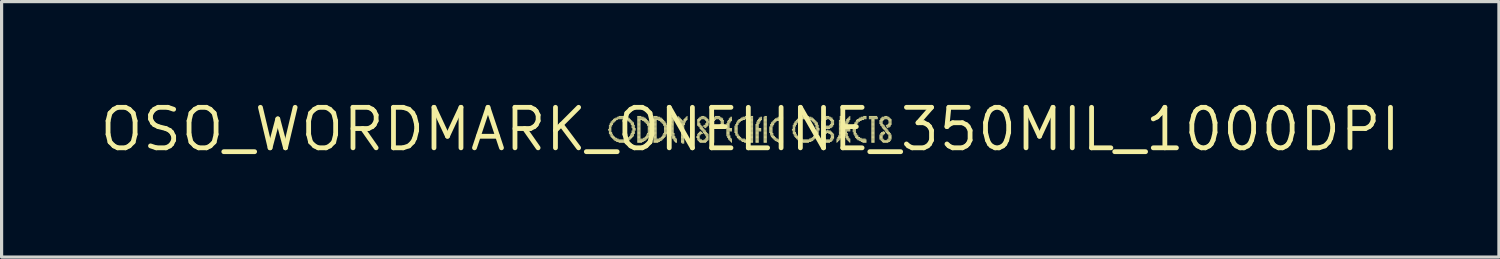
<source format=kicad_pcb>
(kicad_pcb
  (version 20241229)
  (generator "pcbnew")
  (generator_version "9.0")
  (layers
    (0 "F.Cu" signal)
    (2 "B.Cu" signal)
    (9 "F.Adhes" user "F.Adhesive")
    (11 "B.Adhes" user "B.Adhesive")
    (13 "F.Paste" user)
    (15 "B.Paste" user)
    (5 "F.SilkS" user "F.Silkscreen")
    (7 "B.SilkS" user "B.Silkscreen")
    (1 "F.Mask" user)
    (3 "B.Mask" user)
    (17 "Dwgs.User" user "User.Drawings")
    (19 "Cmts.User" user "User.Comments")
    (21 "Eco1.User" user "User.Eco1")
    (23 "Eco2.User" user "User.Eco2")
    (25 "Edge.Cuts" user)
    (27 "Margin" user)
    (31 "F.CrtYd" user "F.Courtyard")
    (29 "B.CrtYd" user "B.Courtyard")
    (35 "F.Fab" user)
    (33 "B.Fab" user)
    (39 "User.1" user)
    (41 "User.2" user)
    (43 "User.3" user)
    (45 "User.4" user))
  (footprint "OSO_WORDMARK_ONELINE_350MIL_1000DPI"
    (layer "F.Cu")
    (at 20.478 1.006)
    (property "Reference" "OSO_WORDMARK_ONELINE_350MIL_1000DPI" (at 0 0 0) (layer "F.SilkS") (effects (font (size 1.27 1.27) (thickness 0.15))))
    (fp_poly (pts (xy -4.458 0.013) (xy -4.356 0.013) (xy -4.356 -0.013) (xy -4.458 -0.013)) (stroke (width 0) (type solid)) (fill yes) (layer "F.SilkS"))
    (fp_poly (pts (xy -4.458 0.038) (xy -4.356 0.038) (xy -4.356 0.013) (xy -4.458 0.013)) (stroke (width 0) (type solid)) (fill yes) (layer "F.SilkS"))
    (fp_poly (pts (xy -4.432 -0.114) (xy -4.331 -0.114) (xy -4.331 -0.14) (xy -4.432 -0.14)) (stroke (width 0) (type solid)) (fill yes) (layer "F.SilkS"))
    (fp_poly (pts (xy -4.432 -0.089) (xy -4.331 -0.089) (xy -4.331 -0.114) (xy -4.432 -0.114)) (stroke (width 0) (type solid)) (fill yes) (layer "F.SilkS"))
    (fp_poly (pts (xy -4.432 -0.064) (xy -4.356 -0.064) (xy -4.356 -0.089) (xy -4.432 -0.089)) (stroke (width 0) (type solid)) (fill yes) (layer "F.SilkS"))
    (fp_poly (pts (xy -4.432 -0.038) (xy -4.356 -0.038) (xy -4.356 -0.064) (xy -4.432 -0.064)) (stroke (width 0) (type solid)) (fill yes) (layer "F.SilkS"))
    (fp_poly (pts (xy -4.432 -0.013) (xy -4.356 -0.013) (xy -4.356 -0.038) (xy -4.432 -0.038)) (stroke (width 0) (type solid)) (fill yes) (layer "F.SilkS"))
    (fp_poly (pts (xy -4.432 0.064) (xy -4.356 0.064) (xy -4.356 0.038) (xy -4.432 0.038)) (stroke (width 0) (type solid)) (fill yes) (layer "F.SilkS"))
    (fp_poly (pts (xy -4.432 0.089) (xy -4.356 0.089) (xy -4.356 0.064) (xy -4.432 0.064)) (stroke (width 0) (type solid)) (fill yes) (layer "F.SilkS"))
    (fp_poly (pts (xy -4.432 0.114) (xy -4.331 0.114) (xy -4.331 0.089) (xy -4.432 0.089)) (stroke (width 0) (type solid)) (fill yes) (layer "F.SilkS"))
    (fp_poly (pts (xy -4.432 0.14) (xy -4.331 0.14) (xy -4.331 0.114) (xy -4.432 0.114)) (stroke (width 0) (type solid)) (fill yes) (layer "F.SilkS"))
    (fp_poly (pts (xy -4.407 -0.165) (xy -4.305 -0.165) (xy -4.305 -0.191) (xy -4.407 -0.191)) (stroke (width 0) (type solid)) (fill yes) (layer "F.SilkS"))
    (fp_poly (pts (xy -4.407 -0.14) (xy -4.305 -0.14) (xy -4.305 -0.165) (xy -4.407 -0.165)) (stroke (width 0) (type solid)) (fill yes) (layer "F.SilkS"))
    (fp_poly (pts (xy -4.407 0.165) (xy -4.305 0.165) (xy -4.305 0.14) (xy -4.407 0.14)) (stroke (width 0) (type solid)) (fill yes) (layer "F.SilkS"))
    (fp_poly (pts (xy -4.407 0.191) (xy -4.305 0.191) (xy -4.305 0.165) (xy -4.407 0.165)) (stroke (width 0) (type solid)) (fill yes) (layer "F.SilkS"))
    (fp_poly (pts (xy -4.381 -0.216) (xy -4.255 -0.216) (xy -4.255 -0.241) (xy -4.381 -0.241)) (stroke (width 0) (type solid)) (fill yes) (layer "F.SilkS"))
    (fp_poly (pts (xy -4.381 -0.191) (xy -4.28 -0.191) (xy -4.28 -0.216) (xy -4.381 -0.216)) (stroke (width 0) (type solid)) (fill yes) (layer "F.SilkS"))
    (fp_poly (pts (xy -4.381 0.216) (xy -4.28 0.216) (xy -4.28 0.191) (xy -4.381 0.191)) (stroke (width 0) (type solid)) (fill yes) (layer "F.SilkS"))
    (fp_poly (pts (xy -4.381 0.241) (xy -4.255 0.241) (xy -4.255 0.216) (xy -4.381 0.216)) (stroke (width 0) (type solid)) (fill yes) (layer "F.SilkS"))
    (fp_poly (pts (xy -4.356 -0.241) (xy -4.229 -0.241) (xy -4.229 -0.267) (xy -4.356 -0.267)) (stroke (width 0) (type solid)) (fill yes) (layer "F.SilkS"))
    (fp_poly (pts (xy -4.356 0.267) (xy -4.229 0.267) (xy -4.229 0.241) (xy -4.356 0.241)) (stroke (width 0) (type solid)) (fill yes) (layer "F.SilkS"))
    (fp_poly (pts (xy -4.331 -0.267) (xy -4.204 -0.267) (xy -4.204 -0.292) (xy -4.331 -0.292)) (stroke (width 0) (type solid)) (fill yes) (layer "F.SilkS"))
    (fp_poly (pts (xy -4.331 0.292) (xy -4.178 0.292) (xy -4.178 0.267) (xy -4.331 0.267)) (stroke (width 0) (type solid)) (fill yes) (layer "F.SilkS"))
    (fp_poly (pts (xy -4.305 -0.292) (xy -4.153 -0.292) (xy -4.153 -0.318) (xy -4.305 -0.318)) (stroke (width 0) (type solid)) (fill yes) (layer "F.SilkS"))
    (fp_poly (pts (xy -4.305 0.318) (xy -4.128 0.318) (xy -4.128 0.292) (xy -4.305 0.292)) (stroke (width 0) (type solid)) (fill yes) (layer "F.SilkS"))
    (fp_poly (pts (xy -4.28 -0.318) (xy -3.772 -0.318) (xy -3.772 -0.343) (xy -4.28 -0.343)) (stroke (width 0) (type solid)) (fill yes) (layer "F.SilkS"))
    (fp_poly (pts (xy -4.28 0.343) (xy -3.772 0.343) (xy -3.772 0.318) (xy -4.28 0.318)) (stroke (width 0) (type solid)) (fill yes) (layer "F.SilkS"))
    (fp_poly (pts (xy -4.255 0.368) (xy -3.797 0.368) (xy -3.797 0.343) (xy -4.255 0.343)) (stroke (width 0) (type solid)) (fill yes) (layer "F.SilkS"))
    (fp_poly (pts (xy -4.229 -0.343) (xy -3.797 -0.343) (xy -3.797 -0.368) (xy -4.229 -0.368)) (stroke (width 0) (type solid)) (fill yes) (layer "F.SilkS"))
    (fp_poly (pts (xy -4.204 0.394) (xy -3.848 0.394) (xy -3.848 0.368) (xy -4.204 0.368)) (stroke (width 0) (type solid)) (fill yes) (layer "F.SilkS"))
    (fp_poly (pts (xy -4.178 -0.368) (xy -3.848 -0.368) (xy -3.848 -0.394) (xy -4.178 -0.394)) (stroke (width 0) (type solid)) (fill yes) (layer "F.SilkS"))
    (fp_poly (pts (xy -4.128 -0.394) (xy -3.924 -0.394) (xy -3.924 -0.419) (xy -4.128 -0.419)) (stroke (width 0) (type solid)) (fill yes) (layer "F.SilkS"))
    (fp_poly (pts (xy -4.128 0.419) (xy -3.924 0.419) (xy -3.924 0.394) (xy -4.128 0.394)) (stroke (width 0) (type solid)) (fill yes) (layer "F.SilkS"))
    (fp_poly (pts (xy -3.924 -0.292) (xy -3.747 -0.292) (xy -3.747 -0.318) (xy -3.924 -0.318)) (stroke (width 0) (type solid)) (fill yes) (layer "F.SilkS"))
    (fp_poly (pts (xy -3.924 0.318) (xy -3.747 0.318) (xy -3.747 0.292) (xy -3.924 0.292)) (stroke (width 0) (type solid)) (fill yes) (layer "F.SilkS"))
    (fp_poly (pts (xy -3.873 0.292) (xy -3.721 0.292) (xy -3.721 0.267) (xy -3.873 0.267)) (stroke (width 0) (type solid)) (fill yes) (layer "F.SilkS"))
    (fp_poly (pts (xy -3.848 -0.267) (xy -3.721 -0.267) (xy -3.721 -0.292) (xy -3.848 -0.292)) (stroke (width 0) (type solid)) (fill yes) (layer "F.SilkS"))
    (fp_poly (pts (xy -3.823 -0.241) (xy -3.696 -0.241) (xy -3.696 -0.267) (xy -3.823 -0.267)) (stroke (width 0) (type solid)) (fill yes) (layer "F.SilkS"))
    (fp_poly (pts (xy -3.823 0.267) (xy -3.696 0.267) (xy -3.696 0.241) (xy -3.823 0.241)) (stroke (width 0) (type solid)) (fill yes) (layer "F.SilkS"))
    (fp_poly (pts (xy -3.797 -0.216) (xy -3.67 -0.216) (xy -3.67 -0.241) (xy -3.797 -0.241)) (stroke (width 0) (type solid)) (fill yes) (layer "F.SilkS"))
    (fp_poly (pts (xy -3.797 0.241) (xy -3.67 0.241) (xy -3.67 0.216) (xy -3.797 0.216)) (stroke (width 0) (type solid)) (fill yes) (layer "F.SilkS"))
    (fp_poly (pts (xy -3.772 -0.191) (xy -3.645 -0.191) (xy -3.645 -0.216) (xy -3.772 -0.216)) (stroke (width 0) (type solid)) (fill yes) (layer "F.SilkS"))
    (fp_poly (pts (xy -3.772 0.191) (xy -3.645 0.191) (xy -3.645 0.165) (xy -3.772 0.165)) (stroke (width 0) (type solid)) (fill yes) (layer "F.SilkS"))
    (fp_poly (pts (xy -3.772 0.216) (xy -3.645 0.216) (xy -3.645 0.191) (xy -3.772 0.191)) (stroke (width 0) (type solid)) (fill yes) (layer "F.SilkS"))
    (fp_poly (pts (xy -3.747 -0.165) (xy -3.645 -0.165) (xy -3.645 -0.191) (xy -3.747 -0.191)) (stroke (width 0) (type solid)) (fill yes) (layer "F.SilkS"))
    (fp_poly (pts (xy -3.747 -0.14) (xy -3.645 -0.14) (xy -3.645 -0.165) (xy -3.747 -0.165)) (stroke (width 0) (type solid)) (fill yes) (layer "F.SilkS"))
    (fp_poly (pts (xy -3.747 0.14) (xy -3.619 0.14) (xy -3.619 0.114) (xy -3.747 0.114)) (stroke (width 0) (type solid)) (fill yes) (layer "F.SilkS"))
    (fp_poly (pts (xy -3.747 0.165) (xy -3.645 0.165) (xy -3.645 0.14) (xy -3.747 0.14)) (stroke (width 0) (type solid)) (fill yes) (layer "F.SilkS"))
    (fp_poly (pts (xy -3.721 -0.114) (xy -3.619 -0.114) (xy -3.619 -0.14) (xy -3.721 -0.14)) (stroke (width 0) (type solid)) (fill yes) (layer "F.SilkS"))
    (fp_poly (pts (xy -3.721 -0.089) (xy -3.619 -0.089) (xy -3.619 -0.114) (xy -3.721 -0.114)) (stroke (width 0) (type solid)) (fill yes) (layer "F.SilkS"))
    (fp_poly (pts (xy -3.721 -0.064) (xy -3.619 -0.064) (xy -3.619 -0.089) (xy -3.721 -0.089)) (stroke (width 0) (type solid)) (fill yes) (layer "F.SilkS"))
    (fp_poly (pts (xy -3.721 -0.038) (xy -3.619 -0.038) (xy -3.619 -0.064) (xy -3.721 -0.064)) (stroke (width 0) (type solid)) (fill yes) (layer "F.SilkS"))
    (fp_poly (pts (xy -3.721 0.064) (xy -3.619 0.064) (xy -3.619 0.038) (xy -3.721 0.038)) (stroke (width 0) (type solid)) (fill yes) (layer "F.SilkS"))
    (fp_poly (pts (xy -3.721 0.089) (xy -3.619 0.089) (xy -3.619 0.064) (xy -3.721 0.064)) (stroke (width 0) (type solid)) (fill yes) (layer "F.SilkS"))
    (fp_poly (pts (xy -3.721 0.114) (xy -3.619 0.114) (xy -3.619 0.089) (xy -3.721 0.089)) (stroke (width 0) (type solid)) (fill yes) (layer "F.SilkS"))
    (fp_poly (pts (xy -3.696 -0.013) (xy -3.594 -0.013) (xy -3.594 -0.038) (xy -3.696 -0.038)) (stroke (width 0) (type solid)) (fill yes) (layer "F.SilkS"))
    (fp_poly (pts (xy -3.696 0.013) (xy -3.594 0.013) (xy -3.594 -0.013) (xy -3.696 -0.013)) (stroke (width 0) (type solid)) (fill yes) (layer "F.SilkS"))
    (fp_poly (pts (xy -3.696 0.038) (xy -3.594 0.038) (xy -3.594 0.013) (xy -3.696 0.013)) (stroke (width 0) (type solid)) (fill yes) (layer "F.SilkS"))
    (fp_poly (pts (xy -3.543 -0.394) (xy -3.416 -0.394) (xy -3.416 -0.419) (xy -3.543 -0.419)) (stroke (width 0) (type solid)) (fill yes) (layer "F.SilkS"))
    (fp_poly (pts (xy -3.543 -0.368) (xy -3.34 -0.368) (xy -3.34 -0.394) (xy -3.543 -0.394)) (stroke (width 0) (type solid)) (fill yes) (layer "F.SilkS"))
    (fp_poly (pts (xy -3.543 -0.343) (xy -3.289 -0.343) (xy -3.289 -0.368) (xy -3.543 -0.368)) (stroke (width 0) (type solid)) (fill yes) (layer "F.SilkS"))
    (fp_poly (pts (xy -3.543 -0.318) (xy -3.264 -0.318) (xy -3.264 -0.343) (xy -3.543 -0.343)) (stroke (width 0) (type solid)) (fill yes) (layer "F.SilkS"))
    (fp_poly (pts (xy -3.543 -0.292) (xy -3.239 -0.292) (xy -3.239 -0.318) (xy -3.543 -0.318)) (stroke (width 0) (type solid)) (fill yes) (layer "F.SilkS"))
    (fp_poly (pts (xy -3.543 -0.267) (xy -3.442 -0.267) (xy -3.442 -0.292) (xy -3.543 -0.292)) (stroke (width 0) (type solid)) (fill yes) (layer "F.SilkS"))
    (fp_poly (pts (xy -3.543 -0.241) (xy -3.442 -0.241) (xy -3.442 -0.267) (xy -3.543 -0.267)) (stroke (width 0) (type solid)) (fill yes) (layer "F.SilkS"))
    (fp_poly (pts (xy -3.543 -0.216) (xy -3.442 -0.216) (xy -3.442 -0.241) (xy -3.543 -0.241)) (stroke (width 0) (type solid)) (fill yes) (layer "F.SilkS"))
    (fp_poly (pts (xy -3.543 -0.191) (xy -3.442 -0.191) (xy -3.442 -0.216) (xy -3.543 -0.216)) (stroke (width 0) (type solid)) (fill yes) (layer "F.SilkS"))
    (fp_poly (pts (xy -3.543 -0.165) (xy -3.442 -0.165) (xy -3.442 -0.191) (xy -3.543 -0.191)) (stroke (width 0) (type solid)) (fill yes) (layer "F.SilkS"))
    (fp_poly (pts (xy -3.543 -0.14) (xy -3.442 -0.14) (xy -3.442 -0.165) (xy -3.543 -0.165)) (stroke (width 0) (type solid)) (fill yes) (layer "F.SilkS"))
    (fp_poly (pts (xy -3.543 -0.114) (xy -3.442 -0.114) (xy -3.442 -0.14) (xy -3.543 -0.14)) (stroke (width 0) (type solid)) (fill yes) (layer "F.SilkS"))
    (fp_poly (pts (xy -3.543 -0.089) (xy -3.442 -0.089) (xy -3.442 -0.114) (xy -3.543 -0.114)) (stroke (width 0) (type solid)) (fill yes) (layer "F.SilkS"))
    (fp_poly (pts (xy -3.543 -0.064) (xy -3.442 -0.064) (xy -3.442 -0.089) (xy -3.543 -0.089)) (stroke (width 0) (type solid)) (fill yes) (layer "F.SilkS"))
    (fp_poly (pts (xy -3.543 -0.038) (xy -3.442 -0.038) (xy -3.442 -0.064) (xy -3.543 -0.064)) (stroke (width 0) (type solid)) (fill yes) (layer "F.SilkS"))
    (fp_poly (pts (xy -3.543 -0.013) (xy -3.442 -0.013) (xy -3.442 -0.038) (xy -3.543 -0.038)) (stroke (width 0) (type solid)) (fill yes) (layer "F.SilkS"))
    (fp_poly (pts (xy -3.543 0.013) (xy -3.442 0.013) (xy -3.442 -0.013) (xy -3.543 -0.013)) (stroke (width 0) (type solid)) (fill yes) (layer "F.SilkS"))
    (fp_poly (pts (xy -3.543 0.038) (xy -3.442 0.038) (xy -3.442 0.013) (xy -3.543 0.013)) (stroke (width 0) (type solid)) (fill yes) (layer "F.SilkS"))
    (fp_poly (pts (xy -3.543 0.064) (xy -3.442 0.064) (xy -3.442 0.038) (xy -3.543 0.038)) (stroke (width 0) (type solid)) (fill yes) (layer "F.SilkS"))
    (fp_poly (pts (xy -3.543 0.089) (xy -3.442 0.089) (xy -3.442 0.064) (xy -3.543 0.064)) (stroke (width 0) (type solid)) (fill yes) (layer "F.SilkS"))
    (fp_poly (pts (xy -3.543 0.114) (xy -3.442 0.114) (xy -3.442 0.089) (xy -3.543 0.089)) (stroke (width 0) (type solid)) (fill yes) (layer "F.SilkS"))
    (fp_poly (pts (xy -3.543 0.14) (xy -3.442 0.14) (xy -3.442 0.114) (xy -3.543 0.114)) (stroke (width 0) (type solid)) (fill yes) (layer "F.SilkS"))
    (fp_poly (pts (xy -3.543 0.165) (xy -3.442 0.165) (xy -3.442 0.14) (xy -3.543 0.14)) (stroke (width 0) (type solid)) (fill yes) (layer "F.SilkS"))
    (fp_poly (pts (xy -3.543 0.191) (xy -3.442 0.191) (xy -3.442 0.165) (xy -3.543 0.165)) (stroke (width 0) (type solid)) (fill yes) (layer "F.SilkS"))
    (fp_poly (pts (xy -3.543 0.216) (xy -3.442 0.216) (xy -3.442 0.191) (xy -3.543 0.191)) (stroke (width 0) (type solid)) (fill yes) (layer "F.SilkS"))
    (fp_poly (pts (xy -3.543 0.241) (xy -3.442 0.241) (xy -3.442 0.216) (xy -3.543 0.216)) (stroke (width 0) (type solid)) (fill yes) (layer "F.SilkS"))
    (fp_poly (pts (xy -3.543 0.267) (xy -3.442 0.267) (xy -3.442 0.241) (xy -3.543 0.241)) (stroke (width 0) (type solid)) (fill yes) (layer "F.SilkS"))
    (fp_poly (pts (xy -3.543 0.292) (xy -3.442 0.292) (xy -3.442 0.267) (xy -3.543 0.267)) (stroke (width 0) (type solid)) (fill yes) (layer "F.SilkS"))
    (fp_poly (pts (xy -3.543 0.318) (xy -3.239 0.318) (xy -3.239 0.292) (xy -3.543 0.292)) (stroke (width 0) (type solid)) (fill yes) (layer "F.SilkS"))
    (fp_poly (pts (xy -3.543 0.343) (xy -3.264 0.343) (xy -3.264 0.318) (xy -3.543 0.318)) (stroke (width 0) (type solid)) (fill yes) (layer "F.SilkS"))
    (fp_poly (pts (xy -3.543 0.368) (xy -3.289 0.368) (xy -3.289 0.343) (xy -3.543 0.343)) (stroke (width 0) (type solid)) (fill yes) (layer "F.SilkS"))
    (fp_poly (pts (xy -3.543 0.394) (xy -3.34 0.394) (xy -3.34 0.368) (xy -3.543 0.368)) (stroke (width 0) (type solid)) (fill yes) (layer "F.SilkS"))
    (fp_poly (pts (xy -3.543 0.419) (xy -3.391 0.419) (xy -3.391 0.394) (xy -3.543 0.394)) (stroke (width 0) (type solid)) (fill yes) (layer "F.SilkS"))
    (fp_poly (pts (xy -3.391 -0.267) (xy -3.213 -0.267) (xy -3.213 -0.292) (xy -3.391 -0.292)) (stroke (width 0) (type solid)) (fill yes) (layer "F.SilkS"))
    (fp_poly (pts (xy -3.365 0.292) (xy -3.213 0.292) (xy -3.213 0.267) (xy -3.365 0.267)) (stroke (width 0) (type solid)) (fill yes) (layer "F.SilkS"))
    (fp_poly (pts (xy -3.34 -0.241) (xy -3.188 -0.241) (xy -3.188 -0.267) (xy -3.34 -0.267)) (stroke (width 0) (type solid)) (fill yes) (layer "F.SilkS"))
    (fp_poly (pts (xy -3.315 -0.216) (xy -3.162 -0.216) (xy -3.162 -0.241) (xy -3.315 -0.241)) (stroke (width 0) (type solid)) (fill yes) (layer "F.SilkS"))
    (fp_poly (pts (xy -3.315 0.267) (xy -3.188 0.267) (xy -3.188 0.241) (xy -3.315 0.241)) (stroke (width 0) (type solid)) (fill yes) (layer "F.SilkS"))
    (fp_poly (pts (xy -3.289 -0.191) (xy -3.162 -0.191) (xy -3.162 -0.216) (xy -3.289 -0.216)) (stroke (width 0) (type solid)) (fill yes) (layer "F.SilkS"))
    (fp_poly (pts (xy -3.289 0.241) (xy -3.162 0.241) (xy -3.162 0.216) (xy -3.289 0.216)) (stroke (width 0) (type solid)) (fill yes) (layer "F.SilkS"))
    (fp_poly (pts (xy -3.264 -0.165) (xy -3.137 -0.165) (xy -3.137 -0.191) (xy -3.264 -0.191)) (stroke (width 0) (type solid)) (fill yes) (layer "F.SilkS"))
    (fp_poly (pts (xy -3.264 0.191) (xy -3.137 0.191) (xy -3.137 0.165) (xy -3.264 0.165)) (stroke (width 0) (type solid)) (fill yes) (layer "F.SilkS"))
    (fp_poly (pts (xy -3.264 0.216) (xy -3.162 0.216) (xy -3.162 0.191) (xy -3.264 0.191)) (stroke (width 0) (type solid)) (fill yes) (layer "F.SilkS"))
    (fp_poly (pts (xy -3.239 -0.14) (xy -3.137 -0.14) (xy -3.137 -0.165) (xy -3.239 -0.165)) (stroke (width 0) (type solid)) (fill yes) (layer "F.SilkS"))
    (fp_poly (pts (xy -3.239 -0.114) (xy -3.111 -0.114) (xy -3.111 -0.14) (xy -3.239 -0.14)) (stroke (width 0) (type solid)) (fill yes) (layer "F.SilkS"))
    (fp_poly (pts (xy -3.239 0.14) (xy -3.111 0.14) (xy -3.111 0.114) (xy -3.239 0.114)) (stroke (width 0) (type solid)) (fill yes) (layer "F.SilkS"))
    (fp_poly (pts (xy -3.239 0.165) (xy -3.137 0.165) (xy -3.137 0.14) (xy -3.239 0.14)) (stroke (width 0) (type solid)) (fill yes) (layer "F.SilkS"))
    (fp_poly (pts (xy -3.213 -0.089) (xy -3.111 -0.089) (xy -3.111 -0.114) (xy -3.213 -0.114)) (stroke (width 0) (type solid)) (fill yes) (layer "F.SilkS"))
    (fp_poly (pts (xy -3.213 -0.064) (xy -3.111 -0.064) (xy -3.111 -0.089) (xy -3.213 -0.089)) (stroke (width 0) (type solid)) (fill yes) (layer "F.SilkS"))
    (fp_poly (pts (xy -3.213 -0.038) (xy -3.111 -0.038) (xy -3.111 -0.064) (xy -3.213 -0.064)) (stroke (width 0) (type solid)) (fill yes) (layer "F.SilkS"))
    (fp_poly (pts (xy -3.213 -0.013) (xy -3.111 -0.013) (xy -3.111 -0.038) (xy -3.213 -0.038)) (stroke (width 0) (type solid)) (fill yes) (layer "F.SilkS"))
    (fp_poly (pts (xy -3.213 0.013) (xy -3.111 0.013) (xy -3.111 -0.013) (xy -3.213 -0.013)) (stroke (width 0) (type solid)) (fill yes) (layer "F.SilkS"))
    (fp_poly (pts (xy -3.213 0.038) (xy -3.111 0.038) (xy -3.111 0.013) (xy -3.213 0.013)) (stroke (width 0) (type solid)) (fill yes) (layer "F.SilkS"))
    (fp_poly (pts (xy -3.213 0.064) (xy -3.111 0.064) (xy -3.111 0.038) (xy -3.213 0.038)) (stroke (width 0) (type solid)) (fill yes) (layer "F.SilkS"))
    (fp_poly (pts (xy -3.213 0.089) (xy -3.111 0.089) (xy -3.111 0.064) (xy -3.213 0.064)) (stroke (width 0) (type solid)) (fill yes) (layer "F.SilkS"))
    (fp_poly (pts (xy -3.213 0.114) (xy -3.111 0.114) (xy -3.111 0.089) (xy -3.213 0.089)) (stroke (width 0) (type solid)) (fill yes) (layer "F.SilkS"))
    (fp_poly (pts (xy -3.035 -0.394) (xy -2.908 -0.394) (xy -2.908 -0.419) (xy -3.035 -0.419)) (stroke (width 0) (type solid)) (fill yes) (layer "F.SilkS"))
    (fp_poly (pts (xy -3.035 -0.368) (xy -2.832 -0.368) (xy -2.832 -0.394) (xy -3.035 -0.394)) (stroke (width 0) (type solid)) (fill yes) (layer "F.SilkS"))
    (fp_poly (pts (xy -3.035 -0.343) (xy -2.781 -0.343) (xy -2.781 -0.368) (xy -3.035 -0.368)) (stroke (width 0) (type solid)) (fill yes) (layer "F.SilkS"))
    (fp_poly (pts (xy -3.035 -0.318) (xy -2.756 -0.318) (xy -2.756 -0.343) (xy -3.035 -0.343)) (stroke (width 0) (type solid)) (fill yes) (layer "F.SilkS"))
    (fp_poly (pts (xy -3.035 -0.292) (xy -2.731 -0.292) (xy -2.731 -0.318) (xy -3.035 -0.318)) (stroke (width 0) (type solid)) (fill yes) (layer "F.SilkS"))
    (fp_poly (pts (xy -3.035 -0.267) (xy -2.934 -0.267) (xy -2.934 -0.292) (xy -3.035 -0.292)) (stroke (width 0) (type solid)) (fill yes) (layer "F.SilkS"))
    (fp_poly (pts (xy -3.035 -0.241) (xy -2.934 -0.241) (xy -2.934 -0.267) (xy -3.035 -0.267)) (stroke (width 0) (type solid)) (fill yes) (layer "F.SilkS"))
    (fp_poly (pts (xy -3.035 -0.216) (xy -2.934 -0.216) (xy -2.934 -0.241) (xy -3.035 -0.241)) (stroke (width 0) (type solid)) (fill yes) (layer "F.SilkS"))
    (fp_poly (pts (xy -3.035 -0.191) (xy -2.934 -0.191) (xy -2.934 -0.216) (xy -3.035 -0.216)) (stroke (width 0) (type solid)) (fill yes) (layer "F.SilkS"))
    (fp_poly (pts (xy -3.035 -0.165) (xy -2.934 -0.165) (xy -2.934 -0.191) (xy -3.035 -0.191)) (stroke (width 0) (type solid)) (fill yes) (layer "F.SilkS"))
    (fp_poly (pts (xy -3.035 -0.14) (xy -2.934 -0.14) (xy -2.934 -0.165) (xy -3.035 -0.165)) (stroke (width 0) (type solid)) (fill yes) (layer "F.SilkS"))
    (fp_poly (pts (xy -3.035 -0.114) (xy -2.934 -0.114) (xy -2.934 -0.14) (xy -3.035 -0.14)) (stroke (width 0) (type solid)) (fill yes) (layer "F.SilkS"))
    (fp_poly (pts (xy -3.035 -0.089) (xy -2.934 -0.089) (xy -2.934 -0.114) (xy -3.035 -0.114)) (stroke (width 0) (type solid)) (fill yes) (layer "F.SilkS"))
    (fp_poly (pts (xy -3.035 -0.064) (xy -2.934 -0.064) (xy -2.934 -0.089) (xy -3.035 -0.089)) (stroke (width 0) (type solid)) (fill yes) (layer "F.SilkS"))
    (fp_poly (pts (xy -3.035 -0.038) (xy -2.934 -0.038) (xy -2.934 -0.064) (xy -3.035 -0.064)) (stroke (width 0) (type solid)) (fill yes) (layer "F.SilkS"))
    (fp_poly (pts (xy -3.035 -0.013) (xy -2.934 -0.013) (xy -2.934 -0.038) (xy -3.035 -0.038)) (stroke (width 0) (type solid)) (fill yes) (layer "F.SilkS"))
    (fp_poly (pts (xy -3.035 0.013) (xy -2.934 0.013) (xy -2.934 -0.013) (xy -3.035 -0.013)) (stroke (width 0) (type solid)) (fill yes) (layer "F.SilkS"))
    (fp_poly (pts (xy -3.035 0.038) (xy -2.934 0.038) (xy -2.934 0.013) (xy -3.035 0.013)) (stroke (width 0) (type solid)) (fill yes) (layer "F.SilkS"))
    (fp_poly (pts (xy -3.035 0.064) (xy -2.934 0.064) (xy -2.934 0.038) (xy -3.035 0.038)) (stroke (width 0) (type solid)) (fill yes) (layer "F.SilkS"))
    (fp_poly (pts (xy -3.035 0.089) (xy -2.934 0.089) (xy -2.934 0.064) (xy -3.035 0.064)) (stroke (width 0) (type solid)) (fill yes) (layer "F.SilkS"))
    (fp_poly (pts (xy -3.035 0.114) (xy -2.934 0.114) (xy -2.934 0.089) (xy -3.035 0.089)) (stroke (width 0) (type solid)) (fill yes) (layer "F.SilkS"))
    (fp_poly (pts (xy -3.035 0.14) (xy -2.934 0.14) (xy -2.934 0.114) (xy -3.035 0.114)) (stroke (width 0) (type solid)) (fill yes) (layer "F.SilkS"))
    (fp_poly (pts (xy -3.035 0.165) (xy -2.934 0.165) (xy -2.934 0.14) (xy -3.035 0.14)) (stroke (width 0) (type solid)) (fill yes) (layer "F.SilkS"))
    (fp_poly (pts (xy -3.035 0.191) (xy -2.934 0.191) (xy -2.934 0.165) (xy -3.035 0.165)) (stroke (width 0) (type solid)) (fill yes) (layer "F.SilkS"))
    (fp_poly (pts (xy -3.035 0.216) (xy -2.934 0.216) (xy -2.934 0.191) (xy -3.035 0.191)) (stroke (width 0) (type solid)) (fill yes) (layer "F.SilkS"))
    (fp_poly (pts (xy -3.035 0.241) (xy -2.934 0.241) (xy -2.934 0.216) (xy -3.035 0.216)) (stroke (width 0) (type solid)) (fill yes) (layer "F.SilkS"))
    (fp_poly (pts (xy -3.035 0.267) (xy -2.934 0.267) (xy -2.934 0.241) (xy -3.035 0.241)) (stroke (width 0) (type solid)) (fill yes) (layer "F.SilkS"))
    (fp_poly (pts (xy -3.035 0.292) (xy -2.934 0.292) (xy -2.934 0.267) (xy -3.035 0.267)) (stroke (width 0) (type solid)) (fill yes) (layer "F.SilkS"))
    (fp_poly (pts (xy -3.035 0.318) (xy -2.731 0.318) (xy -2.731 0.292) (xy -3.035 0.292)) (stroke (width 0) (type solid)) (fill yes) (layer "F.SilkS"))
    (fp_poly (pts (xy -3.035 0.343) (xy -2.756 0.343) (xy -2.756 0.318) (xy -3.035 0.318)) (stroke (width 0) (type solid)) (fill yes) (layer "F.SilkS"))
    (fp_poly (pts (xy -3.035 0.368) (xy -2.781 0.368) (xy -2.781 0.343) (xy -3.035 0.343)) (stroke (width 0) (type solid)) (fill yes) (layer "F.SilkS"))
    (fp_poly (pts (xy -3.035 0.394) (xy -2.832 0.394) (xy -2.832 0.368) (xy -3.035 0.368)) (stroke (width 0) (type solid)) (fill yes) (layer "F.SilkS"))
    (fp_poly (pts (xy -3.035 0.419) (xy -2.883 0.419) (xy -2.883 0.394) (xy -3.035 0.394)) (stroke (width 0) (type solid)) (fill yes) (layer "F.SilkS"))
    (fp_poly (pts (xy -2.883 -0.267) (xy -2.705 -0.267) (xy -2.705 -0.292) (xy -2.883 -0.292)) (stroke (width 0) (type solid)) (fill yes) (layer "F.SilkS"))
    (fp_poly (pts (xy -2.857 0.292) (xy -2.705 0.292) (xy -2.705 0.267) (xy -2.857 0.267)) (stroke (width 0) (type solid)) (fill yes) (layer "F.SilkS"))
    (fp_poly (pts (xy -2.832 -0.241) (xy -2.68 -0.241) (xy -2.68 -0.267) (xy -2.832 -0.267)) (stroke (width 0) (type solid)) (fill yes) (layer "F.SilkS"))
    (fp_poly (pts (xy -2.807 -0.216) (xy -2.654 -0.216) (xy -2.654 -0.241) (xy -2.807 -0.241)) (stroke (width 0) (type solid)) (fill yes) (layer "F.SilkS"))
    (fp_poly (pts (xy -2.807 0.267) (xy -2.68 0.267) (xy -2.68 0.241) (xy -2.807 0.241)) (stroke (width 0) (type solid)) (fill yes) (layer "F.SilkS"))
    (fp_poly (pts (xy -2.781 -0.191) (xy -2.654 -0.191) (xy -2.654 -0.216) (xy -2.781 -0.216)) (stroke (width 0) (type solid)) (fill yes) (layer "F.SilkS"))
    (fp_poly (pts (xy -2.781 0.241) (xy -2.654 0.241) (xy -2.654 0.216) (xy -2.781 0.216)) (stroke (width 0) (type solid)) (fill yes) (layer "F.SilkS"))
    (fp_poly (pts (xy -2.756 -0.165) (xy -2.629 -0.165) (xy -2.629 -0.191) (xy -2.756 -0.191)) (stroke (width 0) (type solid)) (fill yes) (layer "F.SilkS"))
    (fp_poly (pts (xy -2.756 0.191) (xy -2.629 0.191) (xy -2.629 0.165) (xy -2.756 0.165)) (stroke (width 0) (type solid)) (fill yes) (layer "F.SilkS"))
    (fp_poly (pts (xy -2.756 0.216) (xy -2.654 0.216) (xy -2.654 0.191) (xy -2.756 0.191)) (stroke (width 0) (type solid)) (fill yes) (layer "F.SilkS"))
    (fp_poly (pts (xy -2.731 -0.14) (xy -2.629 -0.14) (xy -2.629 -0.165) (xy -2.731 -0.165)) (stroke (width 0) (type solid)) (fill yes) (layer "F.SilkS"))
    (fp_poly (pts (xy -2.731 -0.114) (xy -2.603 -0.114) (xy -2.603 -0.14) (xy -2.731 -0.14)) (stroke (width 0) (type solid)) (fill yes) (layer "F.SilkS"))
    (fp_poly (pts (xy -2.731 0.14) (xy -2.603 0.14) (xy -2.603 0.114) (xy -2.731 0.114)) (stroke (width 0) (type solid)) (fill yes) (layer "F.SilkS"))
    (fp_poly (pts (xy -2.731 0.165) (xy -2.629 0.165) (xy -2.629 0.14) (xy -2.731 0.14)) (stroke (width 0) (type solid)) (fill yes) (layer "F.SilkS"))
    (fp_poly (pts (xy -2.705 -0.089) (xy -2.603 -0.089) (xy -2.603 -0.114) (xy -2.705 -0.114)) (stroke (width 0) (type solid)) (fill yes) (layer "F.SilkS"))
    (fp_poly (pts (xy -2.705 -0.064) (xy -2.603 -0.064) (xy -2.603 -0.089) (xy -2.705 -0.089)) (stroke (width 0) (type solid)) (fill yes) (layer "F.SilkS"))
    (fp_poly (pts (xy -2.705 -0.038) (xy -2.603 -0.038) (xy -2.603 -0.064) (xy -2.705 -0.064)) (stroke (width 0) (type solid)) (fill yes) (layer "F.SilkS"))
    (fp_poly (pts (xy -2.705 -0.013) (xy -2.603 -0.013) (xy -2.603 -0.038) (xy -2.705 -0.038)) (stroke (width 0) (type solid)) (fill yes) (layer "F.SilkS"))
    (fp_poly (pts (xy -2.705 0.013) (xy -2.603 0.013) (xy -2.603 -0.013) (xy -2.705 -0.013)) (stroke (width 0) (type solid)) (fill yes) (layer "F.SilkS"))
    (fp_poly (pts (xy -2.705 0.038) (xy -2.603 0.038) (xy -2.603 0.013) (xy -2.705 0.013)) (stroke (width 0) (type solid)) (fill yes) (layer "F.SilkS"))
    (fp_poly (pts (xy -2.705 0.064) (xy -2.603 0.064) (xy -2.603 0.038) (xy -2.705 0.038)) (stroke (width 0) (type solid)) (fill yes) (layer "F.SilkS"))
    (fp_poly (pts (xy -2.705 0.089) (xy -2.603 0.089) (xy -2.603 0.064) (xy -2.705 0.064)) (stroke (width 0) (type solid)) (fill yes) (layer "F.SilkS"))
    (fp_poly (pts (xy -2.705 0.114) (xy -2.603 0.114) (xy -2.603 0.089) (xy -2.705 0.089)) (stroke (width 0) (type solid)) (fill yes) (layer "F.SilkS"))
    (fp_poly (pts (xy -2.502 -0.394) (xy -2.4 -0.394) (xy -2.4 -0.419) (xy -2.502 -0.419)) (stroke (width 0) (type solid)) (fill yes) (layer "F.SilkS"))
    (fp_poly (pts (xy -2.502 -0.368) (xy -2.4 -0.368) (xy -2.4 -0.394) (xy -2.502 -0.394)) (stroke (width 0) (type solid)) (fill yes) (layer "F.SilkS"))
    (fp_poly (pts (xy -2.502 -0.343) (xy -2.4 -0.343) (xy -2.4 -0.368) (xy -2.502 -0.368)) (stroke (width 0) (type solid)) (fill yes) (layer "F.SilkS"))
    (fp_poly (pts (xy -2.502 -0.318) (xy -2.4 -0.318) (xy -2.4 -0.343) (xy -2.502 -0.343)) (stroke (width 0) (type solid)) (fill yes) (layer "F.SilkS"))
    (fp_poly (pts (xy -2.502 -0.292) (xy -2.4 -0.292) (xy -2.4 -0.318) (xy -2.502 -0.318)) (stroke (width 0) (type solid)) (fill yes) (layer "F.SilkS"))
    (fp_poly (pts (xy -2.502 -0.267) (xy -2.4 -0.267) (xy -2.4 -0.292) (xy -2.502 -0.292)) (stroke (width 0) (type solid)) (fill yes) (layer "F.SilkS"))
    (fp_poly (pts (xy -2.502 -0.241) (xy -2.4 -0.241) (xy -2.4 -0.267) (xy -2.502 -0.267)) (stroke (width 0) (type solid)) (fill yes) (layer "F.SilkS"))
    (fp_poly (pts (xy -2.502 -0.216) (xy -2.4 -0.216) (xy -2.4 -0.241) (xy -2.502 -0.241)) (stroke (width 0) (type solid)) (fill yes) (layer "F.SilkS"))
    (fp_poly (pts (xy -2.502 -0.191) (xy -2.4 -0.191) (xy -2.4 -0.216) (xy -2.502 -0.216)) (stroke (width 0) (type solid)) (fill yes) (layer "F.SilkS"))
    (fp_poly (pts (xy -2.502 -0.165) (xy -2.4 -0.165) (xy -2.4 -0.191) (xy -2.502 -0.191)) (stroke (width 0) (type solid)) (fill yes) (layer "F.SilkS"))
    (fp_poly (pts (xy -2.477 -0.14) (xy -2.4 -0.14) (xy -2.4 -0.165) (xy -2.477 -0.165)) (stroke (width 0) (type solid)) (fill yes) (layer "F.SilkS"))
    (fp_poly (pts (xy -2.477 -0.114) (xy -2.4 -0.114) (xy -2.4 -0.14) (xy -2.477 -0.14)) (stroke (width 0) (type solid)) (fill yes) (layer "F.SilkS"))
    (fp_poly (pts (xy -2.477 -0.089) (xy -2.4 -0.089) (xy -2.4 -0.114) (xy -2.477 -0.114)) (stroke (width 0) (type solid)) (fill yes) (layer "F.SilkS"))
    (fp_poly (pts (xy -2.477 -0.064) (xy -2.4 -0.064) (xy -2.4 -0.089) (xy -2.477 -0.089)) (stroke (width 0) (type solid)) (fill yes) (layer "F.SilkS"))
    (fp_poly (pts (xy -2.477 -0.038) (xy -2.4 -0.038) (xy -2.4 -0.064) (xy -2.477 -0.064)) (stroke (width 0) (type solid)) (fill yes) (layer "F.SilkS"))
    (fp_poly (pts (xy -2.477 -0.013) (xy -2.4 -0.013) (xy -2.4 -0.038) (xy -2.477 -0.038)) (stroke (width 0) (type solid)) (fill yes) (layer "F.SilkS"))
    (fp_poly (pts (xy -2.477 0.013) (xy -2.4 0.013) (xy -2.4 -0.013) (xy -2.477 -0.013)) (stroke (width 0) (type solid)) (fill yes) (layer "F.SilkS"))
    (fp_poly (pts (xy -2.477 0.038) (xy -2.4 0.038) (xy -2.4 0.013) (xy -2.477 0.013)) (stroke (width 0) (type solid)) (fill yes) (layer "F.SilkS"))
    (fp_poly (pts (xy -2.477 0.064) (xy -2.4 0.064) (xy -2.4 0.038) (xy -2.477 0.038)) (stroke (width 0) (type solid)) (fill yes) (layer "F.SilkS"))
    (fp_poly (pts (xy -2.477 0.089) (xy -2.4 0.089) (xy -2.4 0.064) (xy -2.477 0.064)) (stroke (width 0) (type solid)) (fill yes) (layer "F.SilkS"))
    (fp_poly (pts (xy -2.477 0.114) (xy -2.4 0.114) (xy -2.4 0.089) (xy -2.477 0.089)) (stroke (width 0) (type solid)) (fill yes) (layer "F.SilkS"))
    (fp_poly (pts (xy -2.477 0.14) (xy -2.375 0.14) (xy -2.375 0.114) (xy -2.477 0.114)) (stroke (width 0) (type solid)) (fill yes) (layer "F.SilkS"))
    (fp_poly (pts (xy -2.477 0.165) (xy -2.375 0.165) (xy -2.375 0.14) (xy -2.477 0.14)) (stroke (width 0) (type solid)) (fill yes) (layer "F.SilkS"))
    (fp_poly (pts (xy -2.477 0.191) (xy -2.375 0.191) (xy -2.375 0.165) (xy -2.477 0.165)) (stroke (width 0) (type solid)) (fill yes) (layer "F.SilkS"))
    (fp_poly (pts (xy -2.477 0.216) (xy -2.375 0.216) (xy -2.375 0.191) (xy -2.477 0.191)) (stroke (width 0) (type solid)) (fill yes) (layer "F.SilkS"))
    (fp_poly (pts (xy -2.451 0.241) (xy -2.349 0.241) (xy -2.349 0.216) (xy -2.451 0.216)) (stroke (width 0) (type solid)) (fill yes) (layer "F.SilkS"))
    (fp_poly (pts (xy -2.451 0.267) (xy -2.349 0.267) (xy -2.349 0.241) (xy -2.451 0.241)) (stroke (width 0) (type solid)) (fill yes) (layer "F.SilkS"))
    (fp_poly (pts (xy -2.451 0.292) (xy -2.324 0.292) (xy -2.324 0.267) (xy -2.451 0.267)) (stroke (width 0) (type solid)) (fill yes) (layer "F.SilkS"))
    (fp_poly (pts (xy -2.426 0.318) (xy -2.299 0.318) (xy -2.299 0.292) (xy -2.426 0.292)) (stroke (width 0) (type solid)) (fill yes) (layer "F.SilkS"))
    (fp_poly (pts (xy -2.4 0.343) (xy -2.299 0.343) (xy -2.299 0.318) (xy -2.4 0.318)) (stroke (width 0) (type solid)) (fill yes) (layer "F.SilkS"))
    (fp_poly (pts (xy -2.4 0.368) (xy -2.299 0.368) (xy -2.299 0.343) (xy -2.4 0.343)) (stroke (width 0) (type solid)) (fill yes) (layer "F.SilkS"))
    (fp_poly (pts (xy -2.375 0.394) (xy -2.299 0.394) (xy -2.299 0.368) (xy -2.375 0.368)) (stroke (width 0) (type solid)) (fill yes) (layer "F.SilkS"))
    (fp_poly (pts (xy -2.349 0.419) (xy -2.299 0.419) (xy -2.299 0.394) (xy -2.349 0.394)) (stroke (width 0) (type solid)) (fill yes) (layer "F.SilkS"))
    (fp_poly (pts (xy -2.273 -0.394) (xy -2.248 -0.394) (xy -2.248 -0.419) (xy -2.273 -0.419)) (stroke (width 0) (type solid)) (fill yes) (layer "F.SilkS"))
    (fp_poly (pts (xy -2.273 -0.368) (xy -2.223 -0.368) (xy -2.223 -0.394) (xy -2.273 -0.394)) (stroke (width 0) (type solid)) (fill yes) (layer "F.SilkS"))
    (fp_poly (pts (xy -2.273 -0.343) (xy -2.197 -0.343) (xy -2.197 -0.368) (xy -2.273 -0.368)) (stroke (width 0) (type solid)) (fill yes) (layer "F.SilkS"))
    (fp_poly (pts (xy -2.273 -0.318) (xy -2.172 -0.318) (xy -2.172 -0.343) (xy -2.273 -0.343)) (stroke (width 0) (type solid)) (fill yes) (layer "F.SilkS"))
    (fp_poly (pts (xy -2.273 -0.292) (xy -2.146 -0.292) (xy -2.146 -0.318) (xy -2.273 -0.318)) (stroke (width 0) (type solid)) (fill yes) (layer "F.SilkS"))
    (fp_poly (pts (xy -2.248 -0.267) (xy -2.121 -0.267) (xy -2.121 -0.292) (xy -2.248 -0.292)) (stroke (width 0) (type solid)) (fill yes) (layer "F.SilkS"))
    (fp_poly (pts (xy -2.223 -0.241) (xy -2.019 -0.241) (xy -2.019 -0.267) (xy -2.223 -0.267)) (stroke (width 0) (type solid)) (fill yes) (layer "F.SilkS"))
    (fp_poly (pts (xy -2.223 -0.216) (xy -2.019 -0.216) (xy -2.019 -0.241) (xy -2.223 -0.241)) (stroke (width 0) (type solid)) (fill yes) (layer "F.SilkS"))
    (fp_poly (pts (xy -2.197 -0.191) (xy -2.045 -0.191) (xy -2.045 -0.216) (xy -2.197 -0.216)) (stroke (width 0) (type solid)) (fill yes) (layer "F.SilkS"))
    (fp_poly (pts (xy -2.197 -0.165) (xy -2.045 -0.165) (xy -2.045 -0.191) (xy -2.197 -0.191)) (stroke (width 0) (type solid)) (fill yes) (layer "F.SilkS"))
    (fp_poly (pts (xy -2.197 -0.14) (xy -2.045 -0.14) (xy -2.045 -0.165) (xy -2.197 -0.165)) (stroke (width 0) (type solid)) (fill yes) (layer "F.SilkS"))
    (fp_poly (pts (xy -2.172 -0.114) (xy -2.07 -0.114) (xy -2.07 -0.14) (xy -2.172 -0.14)) (stroke (width 0) (type solid)) (fill yes) (layer "F.SilkS"))
    (fp_poly (pts (xy -2.172 -0.089) (xy -2.07 -0.089) (xy -2.07 -0.114) (xy -2.172 -0.114)) (stroke (width 0) (type solid)) (fill yes) (layer "F.SilkS"))
    (fp_poly (pts (xy -2.172 -0.064) (xy -2.07 -0.064) (xy -2.07 -0.089) (xy -2.172 -0.089)) (stroke (width 0) (type solid)) (fill yes) (layer "F.SilkS"))
    (fp_poly (pts (xy -2.172 -0.038) (xy -2.07 -0.038) (xy -2.07 -0.064) (xy -2.172 -0.064)) (stroke (width 0) (type solid)) (fill yes) (layer "F.SilkS"))
    (fp_poly (pts (xy -2.172 -0.013) (xy -2.07 -0.013) (xy -2.07 -0.038) (xy -2.172 -0.038)) (stroke (width 0) (type solid)) (fill yes) (layer "F.SilkS"))
    (fp_poly (pts (xy -2.172 0.013) (xy -2.07 0.013) (xy -2.07 -0.013) (xy -2.172 -0.013)) (stroke (width 0) (type solid)) (fill yes) (layer "F.SilkS"))
    (fp_poly (pts (xy -2.172 0.038) (xy -2.07 0.038) (xy -2.07 0.013) (xy -2.172 0.013)) (stroke (width 0) (type solid)) (fill yes) (layer "F.SilkS"))
    (fp_poly (pts (xy -2.172 0.064) (xy -2.07 0.064) (xy -2.07 0.038) (xy -2.172 0.038)) (stroke (width 0) (type solid)) (fill yes) (layer "F.SilkS"))
    (fp_poly (pts (xy -2.172 0.089) (xy -2.07 0.089) (xy -2.07 0.064) (xy -2.172 0.064)) (stroke (width 0) (type solid)) (fill yes) (layer "F.SilkS"))
    (fp_poly (pts (xy -2.172 0.114) (xy -2.07 0.114) (xy -2.07 0.089) (xy -2.172 0.089)) (stroke (width 0) (type solid)) (fill yes) (layer "F.SilkS"))
    (fp_poly (pts (xy -2.172 0.14) (xy -2.07 0.14) (xy -2.07 0.114) (xy -2.172 0.114)) (stroke (width 0) (type solid)) (fill yes) (layer "F.SilkS"))
    (fp_poly (pts (xy -2.172 0.165) (xy -2.07 0.165) (xy -2.07 0.14) (xy -2.172 0.14)) (stroke (width 0) (type solid)) (fill yes) (layer "F.SilkS"))
    (fp_poly (pts (xy -2.172 0.191) (xy -2.07 0.191) (xy -2.07 0.165) (xy -2.172 0.165)) (stroke (width 0) (type solid)) (fill yes) (layer "F.SilkS"))
    (fp_poly (pts (xy -2.172 0.216) (xy -2.07 0.216) (xy -2.07 0.191) (xy -2.172 0.191)) (stroke (width 0) (type solid)) (fill yes) (layer "F.SilkS"))
    (fp_poly (pts (xy -2.172 0.241) (xy -2.07 0.241) (xy -2.07 0.216) (xy -2.172 0.216)) (stroke (width 0) (type solid)) (fill yes) (layer "F.SilkS"))
    (fp_poly (pts (xy -2.172 0.267) (xy -2.07 0.267) (xy -2.07 0.241) (xy -2.172 0.241)) (stroke (width 0) (type solid)) (fill yes) (layer "F.SilkS"))
    (fp_poly (pts (xy -2.172 0.292) (xy -2.07 0.292) (xy -2.07 0.267) (xy -2.172 0.267)) (stroke (width 0) (type solid)) (fill yes) (layer "F.SilkS"))
    (fp_poly (pts (xy -2.172 0.318) (xy -2.07 0.318) (xy -2.07 0.292) (xy -2.172 0.292)) (stroke (width 0) (type solid)) (fill yes) (layer "F.SilkS"))
    (fp_poly (pts (xy -2.172 0.343) (xy -2.07 0.343) (xy -2.07 0.318) (xy -2.172 0.318)) (stroke (width 0) (type solid)) (fill yes) (layer "F.SilkS"))
    (fp_poly (pts (xy -2.172 0.368) (xy -2.07 0.368) (xy -2.07 0.343) (xy -2.172 0.343)) (stroke (width 0) (type solid)) (fill yes) (layer "F.SilkS"))
    (fp_poly (pts (xy -2.172 0.394) (xy -2.07 0.394) (xy -2.07 0.368) (xy -2.172 0.368)) (stroke (width 0) (type solid)) (fill yes) (layer "F.SilkS"))
    (fp_poly (pts (xy -2.172 0.419) (xy -2.07 0.419) (xy -2.07 0.394) (xy -2.172 0.394)) (stroke (width 0) (type solid)) (fill yes) (layer "F.SilkS"))
    (fp_poly (pts (xy -2.146 0.445) (xy -2.07 0.445) (xy -2.07 0.419) (xy -2.146 0.419)) (stroke (width 0) (type solid)) (fill yes) (layer "F.SilkS"))
    (fp_poly (pts (xy -2.095 -0.292) (xy -1.968 -0.292) (xy -1.968 -0.318) (xy -2.095 -0.318)) (stroke (width 0) (type solid)) (fill yes) (layer "F.SilkS"))
    (fp_poly (pts (xy -2.095 -0.267) (xy -1.994 -0.267) (xy -1.994 -0.292) (xy -2.095 -0.292)) (stroke (width 0) (type solid)) (fill yes) (layer "F.SilkS"))
    (fp_poly (pts (xy -2.07 -0.318) (xy -1.968 -0.318) (xy -1.968 -0.343) (xy -2.07 -0.343)) (stroke (width 0) (type solid)) (fill yes) (layer "F.SilkS"))
    (fp_poly (pts (xy -2.045 -0.343) (xy -1.968 -0.343) (xy -1.968 -0.368) (xy -2.045 -0.368)) (stroke (width 0) (type solid)) (fill yes) (layer "F.SilkS"))
    (fp_poly (pts (xy -2.019 -0.368) (xy -1.968 -0.368) (xy -1.968 -0.394) (xy -2.019 -0.394)) (stroke (width 0) (type solid)) (fill yes) (layer "F.SilkS"))
    (fp_poly (pts (xy -1.994 -0.394) (xy -1.968 -0.394) (xy -1.968 -0.419) (xy -1.994 -0.419)) (stroke (width 0) (type solid)) (fill yes) (layer "F.SilkS"))
    (fp_poly (pts (xy -1.689 0.241) (xy -1.587 0.241) (xy -1.587 0.216) (xy -1.689 0.216)) (stroke (width 0) (type solid)) (fill yes) (layer "F.SilkS"))
    (fp_poly (pts (xy -1.689 0.267) (xy -1.587 0.267) (xy -1.587 0.241) (xy -1.689 0.241)) (stroke (width 0) (type solid)) (fill yes) (layer "F.SilkS"))
    (fp_poly (pts (xy -1.664 -0.292) (xy -1.537 -0.292) (xy -1.537 -0.318) (xy -1.664 -0.318)) (stroke (width 0) (type solid)) (fill yes) (layer "F.SilkS"))
    (fp_poly (pts (xy -1.664 -0.267) (xy -1.562 -0.267) (xy -1.562 -0.292) (xy -1.664 -0.292)) (stroke (width 0) (type solid)) (fill yes) (layer "F.SilkS"))
    (fp_poly (pts (xy -1.664 -0.241) (xy -1.587 -0.241) (xy -1.587 -0.267) (xy -1.664 -0.267)) (stroke (width 0) (type solid)) (fill yes) (layer "F.SilkS"))
    (fp_poly (pts (xy -1.664 -0.216) (xy -1.587 -0.216) (xy -1.587 -0.241) (xy -1.664 -0.241)) (stroke (width 0) (type solid)) (fill yes) (layer "F.SilkS"))
    (fp_poly (pts (xy -1.664 -0.191) (xy -1.587 -0.191) (xy -1.587 -0.216) (xy -1.664 -0.216)) (stroke (width 0) (type solid)) (fill yes) (layer "F.SilkS"))
    (fp_poly (pts (xy -1.664 -0.165) (xy -1.562 -0.165) (xy -1.562 -0.191) (xy -1.664 -0.191)) (stroke (width 0) (type solid)) (fill yes) (layer "F.SilkS"))
    (fp_poly (pts (xy -1.664 -0.14) (xy -1.562 -0.14) (xy -1.562 -0.165) (xy -1.664 -0.165)) (stroke (width 0) (type solid)) (fill yes) (layer "F.SilkS"))
    (fp_poly (pts (xy -1.664 -0.114) (xy -1.537 -0.114) (xy -1.537 -0.14) (xy -1.664 -0.14)) (stroke (width 0) (type solid)) (fill yes) (layer "F.SilkS"))
    (fp_poly (pts (xy -1.664 0.165) (xy -1.537 0.165) (xy -1.537 0.14) (xy -1.664 0.14)) (stroke (width 0) (type solid)) (fill yes) (layer "F.SilkS"))
    (fp_poly (pts (xy -1.664 0.191) (xy -1.562 0.191) (xy -1.562 0.165) (xy -1.664 0.165)) (stroke (width 0) (type solid)) (fill yes) (layer "F.SilkS"))
    (fp_poly (pts (xy -1.664 0.216) (xy -1.587 0.216) (xy -1.587 0.191) (xy -1.664 0.191)) (stroke (width 0) (type solid)) (fill yes) (layer "F.SilkS"))
    (fp_poly (pts (xy -1.664 0.292) (xy -1.587 0.292) (xy -1.587 0.267) (xy -1.664 0.267)) (stroke (width 0) (type solid)) (fill yes) (layer "F.SilkS"))
    (fp_poly (pts (xy -1.664 0.318) (xy -1.562 0.318) (xy -1.562 0.292) (xy -1.664 0.292)) (stroke (width 0) (type solid)) (fill yes) (layer "F.SilkS"))
    (fp_poly (pts (xy -1.664 0.343) (xy -1.511 0.343) (xy -1.511 0.318) (xy -1.664 0.318)) (stroke (width 0) (type solid)) (fill yes) (layer "F.SilkS"))
    (fp_poly (pts (xy -1.638 -0.318) (xy -1.333 -0.318) (xy -1.333 -0.343) (xy -1.638 -0.343)) (stroke (width 0) (type solid)) (fill yes) (layer "F.SilkS"))
    (fp_poly (pts (xy -1.638 -0.089) (xy -1.511 -0.089) (xy -1.511 -0.114) (xy -1.638 -0.114)) (stroke (width 0) (type solid)) (fill yes) (layer "F.SilkS"))
    (fp_poly (pts (xy -1.638 0.14) (xy -1.486 0.14) (xy -1.486 0.114) (xy -1.638 0.114)) (stroke (width 0) (type solid)) (fill yes) (layer "F.SilkS"))
    (fp_poly (pts (xy -1.638 0.368) (xy -1.333 0.368) (xy -1.333 0.343) (xy -1.638 0.343)) (stroke (width 0) (type solid)) (fill yes) (layer "F.SilkS"))
    (fp_poly (pts (xy -1.613 -0.343) (xy -1.359 -0.343) (xy -1.359 -0.368) (xy -1.613 -0.368)) (stroke (width 0) (type solid)) (fill yes) (layer "F.SilkS"))
    (fp_poly (pts (xy -1.613 -0.064) (xy -1.486 -0.064) (xy -1.486 -0.089) (xy -1.613 -0.089)) (stroke (width 0) (type solid)) (fill yes) (layer "F.SilkS"))
    (fp_poly (pts (xy -1.613 0.114) (xy -1.511 0.114) (xy -1.511 0.089) (xy -1.613 0.089)) (stroke (width 0) (type solid)) (fill yes) (layer "F.SilkS"))
    (fp_poly (pts (xy -1.613 0.394) (xy -1.359 0.394) (xy -1.359 0.368) (xy -1.613 0.368)) (stroke (width 0) (type solid)) (fill yes) (layer "F.SilkS"))
    (fp_poly (pts (xy -1.587 -0.368) (xy -1.384 -0.368) (xy -1.384 -0.394) (xy -1.587 -0.394)) (stroke (width 0) (type solid)) (fill yes) (layer "F.SilkS"))
    (fp_poly (pts (xy -1.587 -0.038) (xy -1.486 -0.038) (xy -1.486 -0.064) (xy -1.587 -0.064)) (stroke (width 0) (type solid)) (fill yes) (layer "F.SilkS"))
    (fp_poly (pts (xy -1.587 -0.013) (xy -1.46 -0.013) (xy -1.46 -0.038) (xy -1.587 -0.038)) (stroke (width 0) (type solid)) (fill yes) (layer "F.SilkS"))
    (fp_poly (pts (xy -1.587 0.089) (xy -1.537 0.089) (xy -1.537 0.064) (xy -1.587 0.064)) (stroke (width 0) (type solid)) (fill yes) (layer "F.SilkS"))
    (fp_poly (pts (xy -1.587 0.419) (xy -1.384 0.419) (xy -1.384 0.394) (xy -1.587 0.394)) (stroke (width 0) (type solid)) (fill yes) (layer "F.SilkS"))
    (fp_poly (pts (xy -1.562 0.013) (xy -1.435 0.013) (xy -1.435 -0.013) (xy -1.562 -0.013)) (stroke (width 0) (type solid)) (fill yes) (layer "F.SilkS"))
    (fp_poly (pts (xy -1.537 -0.394) (xy -1.435 -0.394) (xy -1.435 -0.419) (xy -1.537 -0.419)) (stroke (width 0) (type solid)) (fill yes) (layer "F.SilkS"))
    (fp_poly (pts (xy -1.537 0.038) (xy -1.41 0.038) (xy -1.41 0.013) (xy -1.537 0.013)) (stroke (width 0) (type solid)) (fill yes) (layer "F.SilkS"))
    (fp_poly (pts (xy -1.511 0.064) (xy -1.384 0.064) (xy -1.384 0.038) (xy -1.511 0.038)) (stroke (width 0) (type solid)) (fill yes) (layer "F.SilkS"))
    (fp_poly (pts (xy -1.486 -0.089) (xy -1.333 -0.089) (xy -1.333 -0.114) (xy -1.486 -0.114)) (stroke (width 0) (type solid)) (fill yes) (layer "F.SilkS"))
    (fp_poly (pts (xy -1.486 0.089) (xy -1.384 0.089) (xy -1.384 0.064) (xy -1.486 0.064)) (stroke (width 0) (type solid)) (fill yes) (layer "F.SilkS"))
    (fp_poly (pts (xy -1.486 0.114) (xy -1.359 0.114) (xy -1.359 0.089) (xy -1.486 0.089)) (stroke (width 0) (type solid)) (fill yes) (layer "F.SilkS"))
    (fp_poly (pts (xy -1.46 -0.114) (xy -1.308 -0.114) (xy -1.308 -0.14) (xy -1.46 -0.14)) (stroke (width 0) (type solid)) (fill yes) (layer "F.SilkS"))
    (fp_poly (pts (xy -1.46 -0.064) (xy -1.359 -0.064) (xy -1.359 -0.089) (xy -1.46 -0.089)) (stroke (width 0) (type solid)) (fill yes) (layer "F.SilkS"))
    (fp_poly (pts (xy -1.46 0.14) (xy -1.333 0.14) (xy -1.333 0.114) (xy -1.46 0.114)) (stroke (width 0) (type solid)) (fill yes) (layer "F.SilkS"))
    (fp_poly (pts (xy -1.46 0.343) (xy -1.308 0.343) (xy -1.308 0.318) (xy -1.46 0.318)) (stroke (width 0) (type solid)) (fill yes) (layer "F.SilkS"))
    (fp_poly (pts (xy -1.435 -0.292) (xy -1.308 -0.292) (xy -1.308 -0.318) (xy -1.435 -0.318)) (stroke (width 0) (type solid)) (fill yes) (layer "F.SilkS"))
    (fp_poly (pts (xy -1.435 -0.038) (xy -1.384 -0.038) (xy -1.384 -0.064) (xy -1.435 -0.064)) (stroke (width 0) (type solid)) (fill yes) (layer "F.SilkS"))
    (fp_poly (pts (xy -1.435 0.165) (xy -1.308 0.165) (xy -1.308 0.14) (xy -1.435 0.14)) (stroke (width 0) (type solid)) (fill yes) (layer "F.SilkS"))
    (fp_poly (pts (xy -1.41 -0.267) (xy -1.308 -0.267) (xy -1.308 -0.292) (xy -1.41 -0.292)) (stroke (width 0) (type solid)) (fill yes) (layer "F.SilkS"))
    (fp_poly (pts (xy -1.41 -0.165) (xy -1.308 -0.165) (xy -1.308 -0.191) (xy -1.41 -0.191)) (stroke (width 0) (type solid)) (fill yes) (layer "F.SilkS"))
    (fp_poly (pts (xy -1.41 -0.14) (xy -1.308 -0.14) (xy -1.308 -0.165) (xy -1.41 -0.165)) (stroke (width 0) (type solid)) (fill yes) (layer "F.SilkS"))
    (fp_poly (pts (xy -1.41 0.191) (xy -1.308 0.191) (xy -1.308 0.165) (xy -1.41 0.165)) (stroke (width 0) (type solid)) (fill yes) (layer "F.SilkS"))
    (fp_poly (pts (xy -1.41 0.216) (xy -1.308 0.216) (xy -1.308 0.191) (xy -1.41 0.191)) (stroke (width 0) (type solid)) (fill yes) (layer "F.SilkS"))
    (fp_poly (pts (xy -1.41 0.292) (xy -1.308 0.292) (xy -1.308 0.267) (xy -1.41 0.267)) (stroke (width 0) (type solid)) (fill yes) (layer "F.SilkS"))
    (fp_poly (pts (xy -1.41 0.318) (xy -1.308 0.318) (xy -1.308 0.292) (xy -1.41 0.292)) (stroke (width 0) (type solid)) (fill yes) (layer "F.SilkS"))
    (fp_poly (pts (xy -1.384 -0.241) (xy -1.283 -0.241) (xy -1.283 -0.267) (xy -1.384 -0.267)) (stroke (width 0) (type solid)) (fill yes) (layer "F.SilkS"))
    (fp_poly (pts (xy -1.384 -0.216) (xy -1.283 -0.216) (xy -1.283 -0.241) (xy -1.384 -0.241)) (stroke (width 0) (type solid)) (fill yes) (layer "F.SilkS"))
    (fp_poly (pts (xy -1.384 -0.191) (xy -1.283 -0.191) (xy -1.283 -0.216) (xy -1.384 -0.216)) (stroke (width 0) (type solid)) (fill yes) (layer "F.SilkS"))
    (fp_poly (pts (xy -1.384 0.241) (xy -1.308 0.241) (xy -1.308 0.216) (xy -1.384 0.216)) (stroke (width 0) (type solid)) (fill yes) (layer "F.SilkS"))
    (fp_poly (pts (xy -1.384 0.267) (xy -1.308 0.267) (xy -1.308 0.241) (xy -1.384 0.241)) (stroke (width 0) (type solid)) (fill yes) (layer "F.SilkS"))
    (fp_poly (pts (xy -1.232 -0.267) (xy -1.105 -0.267) (xy -1.105 -0.292) (xy -1.232 -0.292)) (stroke (width 0) (type solid)) (fill yes) (layer "F.SilkS"))
    (fp_poly (pts (xy -1.232 -0.241) (xy -1.13 -0.241) (xy -1.13 -0.267) (xy -1.232 -0.267)) (stroke (width 0) (type solid)) (fill yes) (layer "F.SilkS"))
    (fp_poly (pts (xy -1.232 -0.216) (xy -1.13 -0.216) (xy -1.13 -0.241) (xy -1.232 -0.241)) (stroke (width 0) (type solid)) (fill yes) (layer "F.SilkS"))
    (fp_poly (pts (xy -1.232 -0.191) (xy -1.13 -0.191) (xy -1.13 -0.216) (xy -1.232 -0.216)) (stroke (width 0) (type solid)) (fill yes) (layer "F.SilkS"))
    (fp_poly (pts (xy -1.232 -0.165) (xy -1.13 -0.165) (xy -1.13 -0.191) (xy -1.232 -0.191)) (stroke (width 0) (type solid)) (fill yes) (layer "F.SilkS"))
    (fp_poly (pts (xy -1.232 -0.14) (xy -1.13 -0.14) (xy -1.13 -0.165) (xy -1.232 -0.165)) (stroke (width 0) (type solid)) (fill yes) (layer "F.SilkS"))
    (fp_poly (pts (xy -1.232 -0.114) (xy -1.13 -0.114) (xy -1.13 -0.14) (xy -1.232 -0.14)) (stroke (width 0) (type solid)) (fill yes) (layer "F.SilkS"))
    (fp_poly (pts (xy -1.232 -0.089) (xy -1.13 -0.089) (xy -1.13 -0.114) (xy -1.232 -0.114)) (stroke (width 0) (type solid)) (fill yes) (layer "F.SilkS"))
    (fp_poly (pts (xy -1.232 -0.064) (xy -1.13 -0.064) (xy -1.13 -0.089) (xy -1.232 -0.089)) (stroke (width 0) (type solid)) (fill yes) (layer "F.SilkS"))
    (fp_poly (pts (xy -1.232 -0.038) (xy -1.13 -0.038) (xy -1.13 -0.064) (xy -1.232 -0.064)) (stroke (width 0) (type solid)) (fill yes) (layer "F.SilkS"))
    (fp_poly (pts (xy -1.232 -0.013) (xy -1.13 -0.013) (xy -1.13 -0.038) (xy -1.232 -0.038)) (stroke (width 0) (type solid)) (fill yes) (layer "F.SilkS"))
    (fp_poly (pts (xy -1.232 0.013) (xy -1.13 0.013) (xy -1.13 -0.013) (xy -1.232 -0.013)) (stroke (width 0) (type solid)) (fill yes) (layer "F.SilkS"))
    (fp_poly (pts (xy -1.232 0.038) (xy -1.13 0.038) (xy -1.13 0.013) (xy -1.232 0.013)) (stroke (width 0) (type solid)) (fill yes) (layer "F.SilkS"))
    (fp_poly (pts (xy -1.232 0.064) (xy -1.13 0.064) (xy -1.13 0.038) (xy -1.232 0.038)) (stroke (width 0) (type solid)) (fill yes) (layer "F.SilkS"))
    (fp_poly (pts (xy -1.232 0.089) (xy -1.13 0.089) (xy -1.13 0.064) (xy -1.232 0.064)) (stroke (width 0) (type solid)) (fill yes) (layer "F.SilkS"))
    (fp_poly (pts (xy -1.232 0.114) (xy -1.13 0.114) (xy -1.13 0.089) (xy -1.232 0.089)) (stroke (width 0) (type solid)) (fill yes) (layer "F.SilkS"))
    (fp_poly (pts (xy -1.232 0.14) (xy -1.13 0.14) (xy -1.13 0.114) (xy -1.232 0.114)) (stroke (width 0) (type solid)) (fill yes) (layer "F.SilkS"))
    (fp_poly (pts (xy -1.232 0.165) (xy -1.13 0.165) (xy -1.13 0.14) (xy -1.232 0.14)) (stroke (width 0) (type solid)) (fill yes) (layer "F.SilkS"))
    (fp_poly (pts (xy -1.232 0.191) (xy -1.13 0.191) (xy -1.13 0.165) (xy -1.232 0.165)) (stroke (width 0) (type solid)) (fill yes) (layer "F.SilkS"))
    (fp_poly (pts (xy -1.232 0.216) (xy -1.13 0.216) (xy -1.13 0.191) (xy -1.232 0.191)) (stroke (width 0) (type solid)) (fill yes) (layer "F.SilkS"))
    (fp_poly (pts (xy -1.232 0.241) (xy -1.13 0.241) (xy -1.13 0.216) (xy -1.232 0.216)) (stroke (width 0) (type solid)) (fill yes) (layer "F.SilkS"))
    (fp_poly (pts (xy -1.232 0.267) (xy -1.13 0.267) (xy -1.13 0.241) (xy -1.232 0.241)) (stroke (width 0) (type solid)) (fill yes) (layer "F.SilkS"))
    (fp_poly (pts (xy -1.232 0.292) (xy -1.13 0.292) (xy -1.13 0.267) (xy -1.232 0.267)) (stroke (width 0) (type solid)) (fill yes) (layer "F.SilkS"))
    (fp_poly (pts (xy -1.232 0.318) (xy -1.13 0.318) (xy -1.13 0.292) (xy -1.232 0.292)) (stroke (width 0) (type solid)) (fill yes) (layer "F.SilkS"))
    (fp_poly (pts (xy -1.232 0.343) (xy -1.13 0.343) (xy -1.13 0.318) (xy -1.232 0.318)) (stroke (width 0) (type solid)) (fill yes) (layer "F.SilkS"))
    (fp_poly (pts (xy -1.232 0.368) (xy -1.13 0.368) (xy -1.13 0.343) (xy -1.232 0.343)) (stroke (width 0) (type solid)) (fill yes) (layer "F.SilkS"))
    (fp_poly (pts (xy -1.232 0.394) (xy -1.13 0.394) (xy -1.13 0.368) (xy -1.232 0.368)) (stroke (width 0) (type solid)) (fill yes) (layer "F.SilkS"))
    (fp_poly (pts (xy -1.232 0.419) (xy -1.13 0.419) (xy -1.13 0.394) (xy -1.232 0.394)) (stroke (width 0) (type solid)) (fill yes) (layer "F.SilkS"))
    (fp_poly (pts (xy -1.206 -0.292) (xy -1.079 -0.292) (xy -1.079 -0.318) (xy -1.206 -0.318)) (stroke (width 0) (type solid)) (fill yes) (layer "F.SilkS"))
    (fp_poly (pts (xy -1.181 -0.343) (xy -0.876 -0.343) (xy -0.876 -0.368) (xy -1.181 -0.368)) (stroke (width 0) (type solid)) (fill yes) (layer "F.SilkS"))
    (fp_poly (pts (xy -1.181 -0.318) (xy -0.851 -0.318) (xy -0.851 -0.343) (xy -1.181 -0.343)) (stroke (width 0) (type solid)) (fill yes) (layer "F.SilkS"))
    (fp_poly (pts (xy -1.13 -0.368) (xy -0.927 -0.368) (xy -0.927 -0.394) (xy -1.13 -0.394)) (stroke (width 0) (type solid)) (fill yes) (layer "F.SilkS"))
    (fp_poly (pts (xy -1.105 -0.394) (xy -0.953 -0.394) (xy -0.953 -0.419) (xy -1.105 -0.419)) (stroke (width 0) (type solid)) (fill yes) (layer "F.SilkS"))
    (fp_poly (pts (xy -1.105 -0.114) (xy -1.079 -0.114) (xy -1.079 -0.14) (xy -1.105 -0.14)) (stroke (width 0) (type solid)) (fill yes) (layer "F.SilkS"))
    (fp_poly (pts (xy -1.105 -0.089) (xy -0.876 -0.089) (xy -0.876 -0.114) (xy -1.105 -0.114)) (stroke (width 0) (type solid)) (fill yes) (layer "F.SilkS"))
    (fp_poly (pts (xy -1.105 -0.064) (xy -0.876 -0.064) (xy -0.876 -0.089) (xy -1.105 -0.089)) (stroke (width 0) (type solid)) (fill yes) (layer "F.SilkS"))
    (fp_poly (pts (xy -1.105 -0.038) (xy -0.902 -0.038) (xy -0.902 -0.064) (xy -1.105 -0.064)) (stroke (width 0) (type solid)) (fill yes) (layer "F.SilkS"))
    (fp_poly (pts (xy -1.079 -0.013) (xy -0.953 -0.013) (xy -0.953 -0.038) (xy -1.079 -0.038)) (stroke (width 0) (type solid)) (fill yes) (layer "F.SilkS"))
    (fp_poly (pts (xy -0.978 -0.292) (xy -0.851 -0.292) (xy -0.851 -0.318) (xy -0.978 -0.318)) (stroke (width 0) (type solid)) (fill yes) (layer "F.SilkS"))
    (fp_poly (pts (xy -0.978 -0.114) (xy -0.851 -0.114) (xy -0.851 -0.14) (xy -0.978 -0.14)) (stroke (width 0) (type solid)) (fill yes) (layer "F.SilkS"))
    (fp_poly (pts (xy -0.953 -0.267) (xy -0.826 -0.267) (xy -0.826 -0.292) (xy -0.953 -0.292)) (stroke (width 0) (type solid)) (fill yes) (layer "F.SilkS"))
    (fp_poly (pts (xy -0.953 -0.14) (xy -0.826 -0.14) (xy -0.826 -0.165) (xy -0.953 -0.165)) (stroke (width 0) (type solid)) (fill yes) (layer "F.SilkS"))
    (fp_poly (pts (xy -0.927 -0.241) (xy -0.826 -0.241) (xy -0.826 -0.267) (xy -0.927 -0.267)) (stroke (width 0) (type solid)) (fill yes) (layer "F.SilkS"))
    (fp_poly (pts (xy -0.927 -0.216) (xy -0.826 -0.216) (xy -0.826 -0.241) (xy -0.927 -0.241)) (stroke (width 0) (type solid)) (fill yes) (layer "F.SilkS"))
    (fp_poly (pts (xy -0.927 -0.191) (xy -0.826 -0.191) (xy -0.826 -0.216) (xy -0.927 -0.216)) (stroke (width 0) (type solid)) (fill yes) (layer "F.SilkS"))
    (fp_poly (pts (xy -0.927 -0.165) (xy -0.826 -0.165) (xy -0.826 -0.191) (xy -0.927 -0.191)) (stroke (width 0) (type solid)) (fill yes) (layer "F.SilkS"))
    (fp_poly (pts (xy -0.749 -0.165) (xy -0.648 -0.165) (xy -0.648 -0.191) (xy -0.749 -0.191)) (stroke (width 0) (type solid)) (fill yes) (layer "F.SilkS"))
    (fp_poly (pts (xy -0.749 -0.14) (xy -0.648 -0.14) (xy -0.648 -0.165) (xy -0.749 -0.165)) (stroke (width 0) (type solid)) (fill yes) (layer "F.SilkS"))
    (fp_poly (pts (xy -0.749 -0.114) (xy -0.648 -0.114) (xy -0.648 -0.14) (xy -0.749 -0.14)) (stroke (width 0) (type solid)) (fill yes) (layer "F.SilkS"))
    (fp_poly (pts (xy -0.749 -0.089) (xy -0.648 -0.089) (xy -0.648 -0.114) (xy -0.749 -0.114)) (stroke (width 0) (type solid)) (fill yes) (layer "F.SilkS"))
    (fp_poly (pts (xy -0.749 -0.064) (xy -0.648 -0.064) (xy -0.648 -0.089) (xy -0.749 -0.089)) (stroke (width 0) (type solid)) (fill yes) (layer "F.SilkS"))
    (fp_poly (pts (xy -0.749 -0.038) (xy -0.648 -0.038) (xy -0.648 -0.064) (xy -0.749 -0.064)) (stroke (width 0) (type solid)) (fill yes) (layer "F.SilkS"))
    (fp_poly (pts (xy -0.749 -0.013) (xy -0.572 -0.013) (xy -0.572 -0.038) (xy -0.749 -0.038)) (stroke (width 0) (type solid)) (fill yes) (layer "F.SilkS"))
    (fp_poly (pts (xy -0.749 0.013) (xy -0.572 0.013) (xy -0.572 -0.013) (xy -0.749 -0.013)) (stroke (width 0) (type solid)) (fill yes) (layer "F.SilkS"))
    (fp_poly (pts (xy -0.749 0.038) (xy -0.572 0.038) (xy -0.572 0.013) (xy -0.749 0.013)) (stroke (width 0) (type solid)) (fill yes) (layer "F.SilkS"))
    (fp_poly (pts (xy -0.749 0.064) (xy -0.572 0.064) (xy -0.572 0.038) (xy -0.749 0.038)) (stroke (width 0) (type solid)) (fill yes) (layer "F.SilkS"))
    (fp_poly (pts (xy -0.749 0.089) (xy -0.648 0.089) (xy -0.648 0.064) (xy -0.749 0.064)) (stroke (width 0) (type solid)) (fill yes) (layer "F.SilkS"))
    (fp_poly (pts (xy -0.749 0.114) (xy -0.648 0.114) (xy -0.648 0.089) (xy -0.749 0.089)) (stroke (width 0) (type solid)) (fill yes) (layer "F.SilkS"))
    (fp_poly (pts (xy -0.749 0.14) (xy -0.648 0.14) (xy -0.648 0.114) (xy -0.749 0.114)) (stroke (width 0) (type solid)) (fill yes) (layer "F.SilkS"))
    (fp_poly (pts (xy -0.749 0.165) (xy -0.648 0.165) (xy -0.648 0.14) (xy -0.749 0.14)) (stroke (width 0) (type solid)) (fill yes) (layer "F.SilkS"))
    (fp_poly (pts (xy -0.749 0.191) (xy -0.648 0.191) (xy -0.648 0.165) (xy -0.749 0.165)) (stroke (width 0) (type solid)) (fill yes) (layer "F.SilkS"))
    (fp_poly (pts (xy -0.749 0.216) (xy -0.622 0.216) (xy -0.622 0.191) (xy -0.749 0.191)) (stroke (width 0) (type solid)) (fill yes) (layer "F.SilkS"))
    (fp_poly (pts (xy -0.724 -0.241) (xy -0.597 -0.241) (xy -0.597 -0.267) (xy -0.724 -0.267)) (stroke (width 0) (type solid)) (fill yes) (layer "F.SilkS"))
    (fp_poly (pts (xy -0.724 -0.216) (xy -0.622 -0.216) (xy -0.622 -0.241) (xy -0.724 -0.241)) (stroke (width 0) (type solid)) (fill yes) (layer "F.SilkS"))
    (fp_poly (pts (xy -0.724 -0.191) (xy -0.622 -0.191) (xy -0.622 -0.216) (xy -0.724 -0.216)) (stroke (width 0) (type solid)) (fill yes) (layer "F.SilkS"))
    (fp_poly (pts (xy -0.724 0.241) (xy -0.622 0.241) (xy -0.622 0.216) (xy -0.724 0.216)) (stroke (width 0) (type solid)) (fill yes) (layer "F.SilkS"))
    (fp_poly (pts (xy -0.724 0.267) (xy -0.622 0.267) (xy -0.622 0.241) (xy -0.724 0.241)) (stroke (width 0) (type solid)) (fill yes) (layer "F.SilkS"))
    (fp_poly (pts (xy -0.699 -0.267) (xy -0.572 -0.267) (xy -0.572 -0.292) (xy -0.699 -0.292)) (stroke (width 0) (type solid)) (fill yes) (layer "F.SilkS"))
    (fp_poly (pts (xy -0.699 0.292) (xy -0.597 0.292) (xy -0.597 0.267) (xy -0.699 0.267)) (stroke (width 0) (type solid)) (fill yes) (layer "F.SilkS"))
    (fp_poly (pts (xy -0.699 0.318) (xy -0.572 0.318) (xy -0.572 0.292) (xy -0.699 0.292)) (stroke (width 0) (type solid)) (fill yes) (layer "F.SilkS"))
    (fp_poly (pts (xy -0.673 -0.318) (xy -0.572 -0.318) (xy -0.572 -0.343) (xy -0.673 -0.343)) (stroke (width 0) (type solid)) (fill yes) (layer "F.SilkS"))
    (fp_poly (pts (xy -0.673 -0.292) (xy -0.572 -0.292) (xy -0.572 -0.318) (xy -0.673 -0.318)) (stroke (width 0) (type solid)) (fill yes) (layer "F.SilkS"))
    (fp_poly (pts (xy -0.673 0.343) (xy -0.572 0.343) (xy -0.572 0.318) (xy -0.673 0.318)) (stroke (width 0) (type solid)) (fill yes) (layer "F.SilkS"))
    (fp_poly (pts (xy -0.648 -0.343) (xy -0.572 -0.343) (xy -0.572 -0.368) (xy -0.648 -0.368)) (stroke (width 0) (type solid)) (fill yes) (layer "F.SilkS"))
    (fp_poly (pts (xy -0.648 0.368) (xy -0.572 0.368) (xy -0.572 0.343) (xy -0.648 0.343)) (stroke (width 0) (type solid)) (fill yes) (layer "F.SilkS"))
    (fp_poly (pts (xy -0.622 -0.368) (xy -0.572 -0.368) (xy -0.572 -0.394) (xy -0.622 -0.394)) (stroke (width 0) (type solid)) (fill yes) (layer "F.SilkS"))
    (fp_poly (pts (xy -0.622 0.394) (xy -0.572 0.394) (xy -0.572 0.368) (xy -0.622 0.368)) (stroke (width 0) (type solid)) (fill yes) (layer "F.SilkS"))
    (fp_poly (pts (xy -0.597 0.419) (xy -0.572 0.419) (xy -0.572 0.394) (xy -0.597 0.394)) (stroke (width 0) (type solid)) (fill yes) (layer "F.SilkS"))
    (fp_poly (pts (xy -0.495 -0.089) (xy -0.394 -0.089) (xy -0.394 -0.114) (xy -0.495 -0.114)) (stroke (width 0) (type solid)) (fill yes) (layer "F.SilkS"))
    (fp_poly (pts (xy -0.495 -0.064) (xy -0.394 -0.064) (xy -0.394 -0.089) (xy -0.495 -0.089)) (stroke (width 0) (type solid)) (fill yes) (layer "F.SilkS"))
    (fp_poly (pts (xy -0.495 -0.038) (xy -0.394 -0.038) (xy -0.394 -0.064) (xy -0.495 -0.064)) (stroke (width 0) (type solid)) (fill yes) (layer "F.SilkS"))
    (fp_poly (pts (xy -0.495 -0.013) (xy -0.394 -0.013) (xy -0.394 -0.038) (xy -0.495 -0.038)) (stroke (width 0) (type solid)) (fill yes) (layer "F.SilkS"))
    (fp_poly (pts (xy -0.495 0.013) (xy -0.394 0.013) (xy -0.394 -0.013) (xy -0.495 -0.013)) (stroke (width 0) (type solid)) (fill yes) (layer "F.SilkS"))
    (fp_poly (pts (xy -0.495 0.038) (xy -0.394 0.038) (xy -0.394 0.013) (xy -0.495 0.013)) (stroke (width 0) (type solid)) (fill yes) (layer "F.SilkS"))
    (fp_poly (pts (xy -0.495 0.064) (xy -0.394 0.064) (xy -0.394 0.038) (xy -0.495 0.038)) (stroke (width 0) (type solid)) (fill yes) (layer "F.SilkS"))
    (fp_poly (pts (xy -0.495 0.089) (xy -0.394 0.089) (xy -0.394 0.064) (xy -0.495 0.064)) (stroke (width 0) (type solid)) (fill yes) (layer "F.SilkS"))
    (fp_poly (pts (xy -0.495 0.114) (xy -0.394 0.114) (xy -0.394 0.089) (xy -0.495 0.089)) (stroke (width 0) (type solid)) (fill yes) (layer "F.SilkS"))
    (fp_poly (pts (xy -0.47 -0.14) (xy -0.368 -0.14) (xy -0.368 -0.165) (xy -0.47 -0.165)) (stroke (width 0) (type solid)) (fill yes) (layer "F.SilkS"))
    (fp_poly (pts (xy -0.47 -0.114) (xy -0.394 -0.114) (xy -0.394 -0.14) (xy -0.47 -0.14)) (stroke (width 0) (type solid)) (fill yes) (layer "F.SilkS"))
    (fp_poly (pts (xy -0.47 0.14) (xy -0.394 0.14) (xy -0.394 0.114) (xy -0.47 0.114)) (stroke (width 0) (type solid)) (fill yes) (layer "F.SilkS"))
    (fp_poly (pts (xy -0.47 0.165) (xy -0.368 0.165) (xy -0.368 0.14) (xy -0.47 0.14)) (stroke (width 0) (type solid)) (fill yes) (layer "F.SilkS"))
    (fp_poly (pts (xy -0.47 0.191) (xy -0.368 0.191) (xy -0.368 0.165) (xy -0.47 0.165)) (stroke (width 0) (type solid)) (fill yes) (layer "F.SilkS"))
    (fp_poly (pts (xy -0.445 -0.191) (xy -0.343 -0.191) (xy -0.343 -0.216) (xy -0.445 -0.216)) (stroke (width 0) (type solid)) (fill yes) (layer "F.SilkS"))
    (fp_poly (pts (xy -0.445 -0.165) (xy -0.368 -0.165) (xy -0.368 -0.191) (xy -0.445 -0.191)) (stroke (width 0) (type solid)) (fill yes) (layer "F.SilkS"))
    (fp_poly (pts (xy -0.445 0.216) (xy -0.343 0.216) (xy -0.343 0.191) (xy -0.445 0.191)) (stroke (width 0) (type solid)) (fill yes) (layer "F.SilkS"))
    (fp_poly (pts (xy -0.419 -0.241) (xy -0.292 -0.241) (xy -0.292 -0.267) (xy -0.419 -0.267)) (stroke (width 0) (type solid)) (fill yes) (layer "F.SilkS"))
    (fp_poly (pts (xy -0.419 -0.216) (xy -0.318 -0.216) (xy -0.318 -0.241) (xy -0.419 -0.241)) (stroke (width 0) (type solid)) (fill yes) (layer "F.SilkS"))
    (fp_poly (pts (xy -0.419 0.241) (xy -0.318 0.241) (xy -0.318 0.216) (xy -0.419 0.216)) (stroke (width 0) (type solid)) (fill yes) (layer "F.SilkS"))
    (fp_poly (pts (xy -0.419 0.267) (xy -0.292 0.267) (xy -0.292 0.241) (xy -0.419 0.241)) (stroke (width 0) (type solid)) (fill yes) (layer "F.SilkS"))
    (fp_poly (pts (xy -0.394 -0.267) (xy -0.241 -0.267) (xy -0.241 -0.292) (xy -0.394 -0.292)) (stroke (width 0) (type solid)) (fill yes) (layer "F.SilkS"))
    (fp_poly (pts (xy -0.394 0.292) (xy -0.267 0.292) (xy -0.267 0.267) (xy -0.394 0.267)) (stroke (width 0) (type solid)) (fill yes) (layer "F.SilkS"))
    (fp_poly (pts (xy -0.368 -0.292) (xy -0.165 -0.292) (xy -0.165 -0.318) (xy -0.368 -0.318)) (stroke (width 0) (type solid)) (fill yes) (layer "F.SilkS"))
    (fp_poly (pts (xy -0.368 0.318) (xy -0.165 0.318) (xy -0.165 0.292) (xy -0.368 0.292)) (stroke (width 0) (type solid)) (fill yes) (layer "F.SilkS"))
    (fp_poly (pts (xy -0.343 0.343) (xy -0.064 0.343) (xy -0.064 0.318) (xy -0.343 0.318)) (stroke (width 0) (type solid)) (fill yes) (layer "F.SilkS"))
    (fp_poly (pts (xy -0.318 -0.318) (xy -0.064 -0.318) (xy -0.064 -0.343) (xy -0.318 -0.343)) (stroke (width 0) (type solid)) (fill yes) (layer "F.SilkS"))
    (fp_poly (pts (xy -0.292 -0.343) (xy -0.064 -0.343) (xy -0.064 -0.368) (xy -0.292 -0.368)) (stroke (width 0) (type solid)) (fill yes) (layer "F.SilkS"))
    (fp_poly (pts (xy -0.292 0.368) (xy -0.064 0.368) (xy -0.064 0.343) (xy -0.292 0.343)) (stroke (width 0) (type solid)) (fill yes) (layer "F.SilkS"))
    (fp_poly (pts (xy -0.267 0.394) (xy -0.064 0.394) (xy -0.064 0.368) (xy -0.267 0.368)) (stroke (width 0) (type solid)) (fill yes) (layer "F.SilkS"))
    (fp_poly (pts (xy -0.241 -0.368) (xy -0.064 -0.368) (xy -0.064 -0.394) (xy -0.241 -0.394)) (stroke (width 0) (type solid)) (fill yes) (layer "F.SilkS"))
    (fp_poly (pts (xy -0.191 0.419) (xy -0.064 0.419) (xy -0.064 0.394) (xy -0.191 0.394)) (stroke (width 0) (type solid)) (fill yes) (layer "F.SilkS"))
    (fp_poly (pts (xy -0.165 -0.394) (xy -0.064 -0.394) (xy -0.064 -0.419) (xy -0.165 -0.419)) (stroke (width 0) (type solid)) (fill yes) (layer "F.SilkS"))
    (fp_poly (pts (xy -0.013 -0.368) (xy 0.089 -0.368) (xy 0.089 -0.394) (xy -0.013 -0.394)) (stroke (width 0) (type solid)) (fill yes) (layer "F.SilkS"))
    (fp_poly (pts (xy -0.013 -0.343) (xy 0.089 -0.343) (xy 0.089 -0.368) (xy -0.013 -0.368)) (stroke (width 0) (type solid)) (fill yes) (layer "F.SilkS"))
    (fp_poly (pts (xy -0.013 -0.318) (xy 0.089 -0.318) (xy 0.089 -0.343) (xy -0.013 -0.343)) (stroke (width 0) (type solid)) (fill yes) (layer "F.SilkS"))
    (fp_poly (pts (xy -0.013 -0.292) (xy 0.089 -0.292) (xy 0.089 -0.318) (xy -0.013 -0.318)) (stroke (width 0) (type solid)) (fill yes) (layer "F.SilkS"))
    (fp_poly (pts (xy -0.013 -0.267) (xy 0.089 -0.267) (xy 0.089 -0.292) (xy -0.013 -0.292)) (stroke (width 0) (type solid)) (fill yes) (layer "F.SilkS"))
    (fp_poly (pts (xy -0.013 -0.241) (xy 0.089 -0.241) (xy 0.089 -0.267) (xy -0.013 -0.267)) (stroke (width 0) (type solid)) (fill yes) (layer "F.SilkS"))
    (fp_poly (pts (xy -0.013 -0.216) (xy 0.089 -0.216) (xy 0.089 -0.241) (xy -0.013 -0.241)) (stroke (width 0) (type solid)) (fill yes) (layer "F.SilkS"))
    (fp_poly (pts (xy -0.013 -0.191) (xy 0.089 -0.191) (xy 0.089 -0.216) (xy -0.013 -0.216)) (stroke (width 0) (type solid)) (fill yes) (layer "F.SilkS"))
    (fp_poly (pts (xy -0.013 -0.165) (xy 0.089 -0.165) (xy 0.089 -0.191) (xy -0.013 -0.191)) (stroke (width 0) (type solid)) (fill yes) (layer "F.SilkS"))
    (fp_poly (pts (xy -0.013 -0.14) (xy 0.089 -0.14) (xy 0.089 -0.165) (xy -0.013 -0.165)) (stroke (width 0) (type solid)) (fill yes) (layer "F.SilkS"))
    (fp_poly (pts (xy -0.013 -0.114) (xy 0.089 -0.114) (xy 0.089 -0.14) (xy -0.013 -0.14)) (stroke (width 0) (type solid)) (fill yes) (layer "F.SilkS"))
    (fp_poly (pts (xy -0.013 -0.089) (xy 0.089 -0.089) (xy 0.089 -0.114) (xy -0.013 -0.114)) (stroke (width 0) (type solid)) (fill yes) (layer "F.SilkS"))
    (fp_poly (pts (xy -0.013 -0.064) (xy 0.089 -0.064) (xy 0.089 -0.089) (xy -0.013 -0.089)) (stroke (width 0) (type solid)) (fill yes) (layer "F.SilkS"))
    (fp_poly (pts (xy -0.013 -0.038) (xy 0.089 -0.038) (xy 0.089 -0.064) (xy -0.013 -0.064)) (stroke (width 0) (type solid)) (fill yes) (layer "F.SilkS"))
    (fp_poly (pts (xy -0.013 -0.013) (xy 0.089 -0.013) (xy 0.089 -0.038) (xy -0.013 -0.038)) (stroke (width 0) (type solid)) (fill yes) (layer "F.SilkS"))
    (fp_poly (pts (xy -0.013 0.013) (xy 0.089 0.013) (xy 0.089 -0.013) (xy -0.013 -0.013)) (stroke (width 0) (type solid)) (fill yes) (layer "F.SilkS"))
    (fp_poly (pts (xy -0.013 0.038) (xy 0.089 0.038) (xy 0.089 0.013) (xy -0.013 0.013)) (stroke (width 0) (type solid)) (fill yes) (layer "F.SilkS"))
    (fp_poly (pts (xy -0.013 0.064) (xy 0.089 0.064) (xy 0.089 0.038) (xy -0.013 0.038)) (stroke (width 0) (type solid)) (fill yes) (layer "F.SilkS"))
    (fp_poly (pts (xy -0.013 0.089) (xy 0.089 0.089) (xy 0.089 0.064) (xy -0.013 0.064)) (stroke (width 0) (type solid)) (fill yes) (layer "F.SilkS"))
    (fp_poly (pts (xy -0.013 0.114) (xy 0.089 0.114) (xy 0.089 0.089) (xy -0.013 0.089)) (stroke (width 0) (type solid)) (fill yes) (layer "F.SilkS"))
    (fp_poly (pts (xy -0.013 0.14) (xy 0.089 0.14) (xy 0.089 0.114) (xy -0.013 0.114)) (stroke (width 0) (type solid)) (fill yes) (layer "F.SilkS"))
    (fp_poly (pts (xy -0.013 0.165) (xy 0.089 0.165) (xy 0.089 0.14) (xy -0.013 0.14)) (stroke (width 0) (type solid)) (fill yes) (layer "F.SilkS"))
    (fp_poly (pts (xy -0.013 0.191) (xy 0.089 0.191) (xy 0.089 0.165) (xy -0.013 0.165)) (stroke (width 0) (type solid)) (fill yes) (layer "F.SilkS"))
    (fp_poly (pts (xy -0.013 0.216) (xy 0.089 0.216) (xy 0.089 0.191) (xy -0.013 0.191)) (stroke (width 0) (type solid)) (fill yes) (layer "F.SilkS"))
    (fp_poly (pts (xy -0.013 0.241) (xy 0.089 0.241) (xy 0.089 0.216) (xy -0.013 0.216)) (stroke (width 0) (type solid)) (fill yes) (layer "F.SilkS"))
    (fp_poly (pts (xy -0.013 0.267) (xy 0.089 0.267) (xy 0.089 0.241) (xy -0.013 0.241)) (stroke (width 0) (type solid)) (fill yes) (layer "F.SilkS"))
    (fp_poly (pts (xy -0.013 0.292) (xy 0.089 0.292) (xy 0.089 0.267) (xy -0.013 0.267)) (stroke (width 0) (type solid)) (fill yes) (layer "F.SilkS"))
    (fp_poly (pts (xy -0.013 0.318) (xy 0.089 0.318) (xy 0.089 0.292) (xy -0.013 0.292)) (stroke (width 0) (type solid)) (fill yes) (layer "F.SilkS"))
    (fp_poly (pts (xy -0.013 0.343) (xy 0.089 0.343) (xy 0.089 0.318) (xy -0.013 0.318)) (stroke (width 0) (type solid)) (fill yes) (layer "F.SilkS"))
    (fp_poly (pts (xy -0.013 0.368) (xy 0.089 0.368) (xy 0.089 0.343) (xy -0.013 0.343)) (stroke (width 0) (type solid)) (fill yes) (layer "F.SilkS"))
    (fp_poly (pts (xy -0.013 0.394) (xy 0.089 0.394) (xy 0.089 0.368) (xy -0.013 0.368)) (stroke (width 0) (type solid)) (fill yes) (layer "F.SilkS"))
    (fp_poly (pts (xy -0.013 0.419) (xy 0.089 0.419) (xy 0.089 0.394) (xy -0.013 0.394)) (stroke (width 0) (type solid)) (fill yes) (layer "F.SilkS"))
    (fp_poly (pts (xy 0.013 -0.394) (xy 0.089 -0.394) (xy 0.089 -0.419) (xy 0.013 -0.419)) (stroke (width 0) (type solid)) (fill yes) (layer "F.SilkS"))
    (fp_poly (pts (xy 0.165 -0.14) (xy 0.267 -0.14) (xy 0.267 -0.165) (xy 0.165 -0.165)) (stroke (width 0) (type solid)) (fill yes) (layer "F.SilkS"))
    (fp_poly (pts (xy 0.165 -0.114) (xy 0.267 -0.114) (xy 0.267 -0.14) (xy 0.165 -0.14)) (stroke (width 0) (type solid)) (fill yes) (layer "F.SilkS"))
    (fp_poly (pts (xy 0.165 -0.089) (xy 0.267 -0.089) (xy 0.267 -0.114) (xy 0.165 -0.114)) (stroke (width 0) (type solid)) (fill yes) (layer "F.SilkS"))
    (fp_poly (pts (xy 0.165 -0.064) (xy 0.267 -0.064) (xy 0.267 -0.089) (xy 0.165 -0.089)) (stroke (width 0) (type solid)) (fill yes) (layer "F.SilkS"))
    (fp_poly (pts (xy 0.165 -0.038) (xy 0.267 -0.038) (xy 0.267 -0.064) (xy 0.165 -0.064)) (stroke (width 0) (type solid)) (fill yes) (layer "F.SilkS"))
    (fp_poly (pts (xy 0.165 -0.013) (xy 0.343 -0.013) (xy 0.343 -0.038) (xy 0.165 -0.038)) (stroke (width 0) (type solid)) (fill yes) (layer "F.SilkS"))
    (fp_poly (pts (xy 0.165 0.013) (xy 0.343 0.013) (xy 0.343 -0.013) (xy 0.165 -0.013)) (stroke (width 0) (type solid)) (fill yes) (layer "F.SilkS"))
    (fp_poly (pts (xy 0.165 0.038) (xy 0.343 0.038) (xy 0.343 0.013) (xy 0.165 0.013)) (stroke (width 0) (type solid)) (fill yes) (layer "F.SilkS"))
    (fp_poly (pts (xy 0.165 0.064) (xy 0.343 0.064) (xy 0.343 0.038) (xy 0.165 0.038)) (stroke (width 0) (type solid)) (fill yes) (layer "F.SilkS"))
    (fp_poly (pts (xy 0.165 0.089) (xy 0.267 0.089) (xy 0.267 0.064) (xy 0.165 0.064)) (stroke (width 0) (type solid)) (fill yes) (layer "F.SilkS"))
    (fp_poly (pts (xy 0.165 0.114) (xy 0.267 0.114) (xy 0.267 0.089) (xy 0.165 0.089)) (stroke (width 0) (type solid)) (fill yes) (layer "F.SilkS"))
    (fp_poly (pts (xy 0.165 0.14) (xy 0.267 0.14) (xy 0.267 0.114) (xy 0.165 0.114)) (stroke (width 0) (type solid)) (fill yes) (layer "F.SilkS"))
    (fp_poly (pts (xy 0.165 0.165) (xy 0.267 0.165) (xy 0.267 0.14) (xy 0.165 0.14)) (stroke (width 0) (type solid)) (fill yes) (layer "F.SilkS"))
    (fp_poly (pts (xy 0.165 0.191) (xy 0.267 0.191) (xy 0.267 0.165) (xy 0.165 0.165)) (stroke (width 0) (type solid)) (fill yes) (layer "F.SilkS"))
    (fp_poly (pts (xy 0.165 0.216) (xy 0.267 0.216) (xy 0.267 0.191) (xy 0.165 0.191)) (stroke (width 0) (type solid)) (fill yes) (layer "F.SilkS"))
    (fp_poly (pts (xy 0.165 0.241) (xy 0.267 0.241) (xy 0.267 0.216) (xy 0.165 0.216)) (stroke (width 0) (type solid)) (fill yes) (layer "F.SilkS"))
    (fp_poly (pts (xy 0.165 0.267) (xy 0.267 0.267) (xy 0.267 0.241) (xy 0.165 0.241)) (stroke (width 0) (type solid)) (fill yes) (layer "F.SilkS"))
    (fp_poly (pts (xy 0.165 0.292) (xy 0.267 0.292) (xy 0.267 0.267) (xy 0.165 0.267)) (stroke (width 0) (type solid)) (fill yes) (layer "F.SilkS"))
    (fp_poly (pts (xy 0.165 0.318) (xy 0.267 0.318) (xy 0.267 0.292) (xy 0.165 0.292)) (stroke (width 0) (type solid)) (fill yes) (layer "F.SilkS"))
    (fp_poly (pts (xy 0.165 0.343) (xy 0.267 0.343) (xy 0.267 0.318) (xy 0.165 0.318)) (stroke (width 0) (type solid)) (fill yes) (layer "F.SilkS"))
    (fp_poly (pts (xy 0.165 0.368) (xy 0.267 0.368) (xy 0.267 0.343) (xy 0.165 0.343)) (stroke (width 0) (type solid)) (fill yes) (layer "F.SilkS"))
    (fp_poly (pts (xy 0.165 0.394) (xy 0.267 0.394) (xy 0.267 0.368) (xy 0.165 0.368)) (stroke (width 0) (type solid)) (fill yes) (layer "F.SilkS"))
    (fp_poly (pts (xy 0.165 0.419) (xy 0.267 0.419) (xy 0.267 0.394) (xy 0.165 0.394)) (stroke (width 0) (type solid)) (fill yes) (layer "F.SilkS"))
    (fp_poly (pts (xy 0.191 -0.216) (xy 0.318 -0.216) (xy 0.318 -0.241) (xy 0.191 -0.241)) (stroke (width 0) (type solid)) (fill yes) (layer "F.SilkS"))
    (fp_poly (pts (xy 0.191 -0.191) (xy 0.292 -0.191) (xy 0.292 -0.216) (xy 0.191 -0.216)) (stroke (width 0) (type solid)) (fill yes) (layer "F.SilkS"))
    (fp_poly (pts (xy 0.191 -0.165) (xy 0.292 -0.165) (xy 0.292 -0.191) (xy 0.191 -0.191)) (stroke (width 0) (type solid)) (fill yes) (layer "F.SilkS"))
    (fp_poly (pts (xy 0.216 -0.267) (xy 0.343 -0.267) (xy 0.343 -0.292) (xy 0.216 -0.292)) (stroke (width 0) (type solid)) (fill yes) (layer "F.SilkS"))
    (fp_poly (pts (xy 0.216 -0.241) (xy 0.318 -0.241) (xy 0.318 -0.267) (xy 0.216 -0.267)) (stroke (width 0) (type solid)) (fill yes) (layer "F.SilkS"))
    (fp_poly (pts (xy 0.241 -0.292) (xy 0.368 -0.292) (xy 0.368 -0.318) (xy 0.241 -0.318)) (stroke (width 0) (type solid)) (fill yes) (layer "F.SilkS"))
    (fp_poly (pts (xy 0.267 -0.343) (xy 0.368 -0.343) (xy 0.368 -0.368) (xy 0.267 -0.368)) (stroke (width 0) (type solid)) (fill yes) (layer "F.SilkS"))
    (fp_poly (pts (xy 0.267 -0.318) (xy 0.368 -0.318) (xy 0.368 -0.343) (xy 0.267 -0.343)) (stroke (width 0) (type solid)) (fill yes) (layer "F.SilkS"))
    (fp_poly (pts (xy 0.318 -0.368) (xy 0.368 -0.368) (xy 0.368 -0.394) (xy 0.318 -0.394)) (stroke (width 0) (type solid)) (fill yes) (layer "F.SilkS"))
    (fp_poly (pts (xy 0.419 -0.368) (xy 0.521 -0.368) (xy 0.521 -0.394) (xy 0.419 -0.394)) (stroke (width 0) (type solid)) (fill yes) (layer "F.SilkS"))
    (fp_poly (pts (xy 0.419 -0.343) (xy 0.521 -0.343) (xy 0.521 -0.368) (xy 0.419 -0.368)) (stroke (width 0) (type solid)) (fill yes) (layer "F.SilkS"))
    (fp_poly (pts (xy 0.419 -0.318) (xy 0.521 -0.318) (xy 0.521 -0.343) (xy 0.419 -0.343)) (stroke (width 0) (type solid)) (fill yes) (layer "F.SilkS"))
    (fp_poly (pts (xy 0.419 -0.292) (xy 0.521 -0.292) (xy 0.521 -0.318) (xy 0.419 -0.318)) (stroke (width 0) (type solid)) (fill yes) (layer "F.SilkS"))
    (fp_poly (pts (xy 0.419 -0.267) (xy 0.521 -0.267) (xy 0.521 -0.292) (xy 0.419 -0.292)) (stroke (width 0) (type solid)) (fill yes) (layer "F.SilkS"))
    (fp_poly (pts (xy 0.419 -0.241) (xy 0.521 -0.241) (xy 0.521 -0.267) (xy 0.419 -0.267)) (stroke (width 0) (type solid)) (fill yes) (layer "F.SilkS"))
    (fp_poly (pts (xy 0.419 -0.216) (xy 0.521 -0.216) (xy 0.521 -0.241) (xy 0.419 -0.241)) (stroke (width 0) (type solid)) (fill yes) (layer "F.SilkS"))
    (fp_poly (pts (xy 0.419 -0.191) (xy 0.521 -0.191) (xy 0.521 -0.216) (xy 0.419 -0.216)) (stroke (width 0) (type solid)) (fill yes) (layer "F.SilkS"))
    (fp_poly (pts (xy 0.419 -0.165) (xy 0.521 -0.165) (xy 0.521 -0.191) (xy 0.419 -0.191)) (stroke (width 0) (type solid)) (fill yes) (layer "F.SilkS"))
    (fp_poly (pts (xy 0.419 -0.14) (xy 0.521 -0.14) (xy 0.521 -0.165) (xy 0.419 -0.165)) (stroke (width 0) (type solid)) (fill yes) (layer "F.SilkS"))
    (fp_poly (pts (xy 0.419 -0.114) (xy 0.521 -0.114) (xy 0.521 -0.14) (xy 0.419 -0.14)) (stroke (width 0) (type solid)) (fill yes) (layer "F.SilkS"))
    (fp_poly (pts (xy 0.419 -0.089) (xy 0.521 -0.089) (xy 0.521 -0.114) (xy 0.419 -0.114)) (stroke (width 0) (type solid)) (fill yes) (layer "F.SilkS"))
    (fp_poly (pts (xy 0.419 -0.064) (xy 0.521 -0.064) (xy 0.521 -0.089) (xy 0.419 -0.089)) (stroke (width 0) (type solid)) (fill yes) (layer "F.SilkS"))
    (fp_poly (pts (xy 0.419 -0.038) (xy 0.521 -0.038) (xy 0.521 -0.064) (xy 0.419 -0.064)) (stroke (width 0) (type solid)) (fill yes) (layer "F.SilkS"))
    (fp_poly (pts (xy 0.419 -0.013) (xy 0.521 -0.013) (xy 0.521 -0.038) (xy 0.419 -0.038)) (stroke (width 0) (type solid)) (fill yes) (layer "F.SilkS"))
    (fp_poly (pts (xy 0.419 0.013) (xy 0.521 0.013) (xy 0.521 -0.013) (xy 0.419 -0.013)) (stroke (width 0) (type solid)) (fill yes) (layer "F.SilkS"))
    (fp_poly (pts (xy 0.419 0.038) (xy 0.521 0.038) (xy 0.521 0.013) (xy 0.419 0.013)) (stroke (width 0) (type solid)) (fill yes) (layer "F.SilkS"))
    (fp_poly (pts (xy 0.419 0.064) (xy 0.521 0.064) (xy 0.521 0.038) (xy 0.419 0.038)) (stroke (width 0) (type solid)) (fill yes) (layer "F.SilkS"))
    (fp_poly (pts (xy 0.419 0.089) (xy 0.521 0.089) (xy 0.521 0.064) (xy 0.419 0.064)) (stroke (width 0) (type solid)) (fill yes) (layer "F.SilkS"))
    (fp_poly (pts (xy 0.419 0.114) (xy 0.521 0.114) (xy 0.521 0.089) (xy 0.419 0.089)) (stroke (width 0) (type solid)) (fill yes) (layer "F.SilkS"))
    (fp_poly (pts (xy 0.419 0.14) (xy 0.521 0.14) (xy 0.521 0.114) (xy 0.419 0.114)) (stroke (width 0) (type solid)) (fill yes) (layer "F.SilkS"))
    (fp_poly (pts (xy 0.419 0.165) (xy 0.521 0.165) (xy 0.521 0.14) (xy 0.419 0.14)) (stroke (width 0) (type solid)) (fill yes) (layer "F.SilkS"))
    (fp_poly (pts (xy 0.419 0.191) (xy 0.521 0.191) (xy 0.521 0.165) (xy 0.419 0.165)) (stroke (width 0) (type solid)) (fill yes) (layer "F.SilkS"))
    (fp_poly (pts (xy 0.419 0.216) (xy 0.521 0.216) (xy 0.521 0.191) (xy 0.419 0.191)) (stroke (width 0) (type solid)) (fill yes) (layer "F.SilkS"))
    (fp_poly (pts (xy 0.419 0.241) (xy 0.521 0.241) (xy 0.521 0.216) (xy 0.419 0.216)) (stroke (width 0) (type solid)) (fill yes) (layer "F.SilkS"))
    (fp_poly (pts (xy 0.419 0.267) (xy 0.521 0.267) (xy 0.521 0.241) (xy 0.419 0.241)) (stroke (width 0) (type solid)) (fill yes) (layer "F.SilkS"))
    (fp_poly (pts (xy 0.419 0.292) (xy 0.521 0.292) (xy 0.521 0.267) (xy 0.419 0.267)) (stroke (width 0) (type solid)) (fill yes) (layer "F.SilkS"))
    (fp_poly (pts (xy 0.419 0.318) (xy 0.521 0.318) (xy 0.521 0.292) (xy 0.419 0.292)) (stroke (width 0) (type solid)) (fill yes) (layer "F.SilkS"))
    (fp_poly (pts (xy 0.419 0.343) (xy 0.521 0.343) (xy 0.521 0.318) (xy 0.419 0.318)) (stroke (width 0) (type solid)) (fill yes) (layer "F.SilkS"))
    (fp_poly (pts (xy 0.419 0.368) (xy 0.521 0.368) (xy 0.521 0.343) (xy 0.419 0.343)) (stroke (width 0) (type solid)) (fill yes) (layer "F.SilkS"))
    (fp_poly (pts (xy 0.419 0.394) (xy 0.521 0.394) (xy 0.521 0.368) (xy 0.419 0.368)) (stroke (width 0) (type solid)) (fill yes) (layer "F.SilkS"))
    (fp_poly (pts (xy 0.419 0.419) (xy 0.521 0.419) (xy 0.521 0.394) (xy 0.419 0.394)) (stroke (width 0) (type solid)) (fill yes) (layer "F.SilkS"))
    (fp_poly (pts (xy 0.445 -0.394) (xy 0.521 -0.394) (xy 0.521 -0.419) (xy 0.445 -0.419)) (stroke (width 0) (type solid)) (fill yes) (layer "F.SilkS"))
    (fp_poly (pts (xy 0.597 -0.064) (xy 0.699 -0.064) (xy 0.699 -0.089) (xy 0.597 -0.089)) (stroke (width 0) (type solid)) (fill yes) (layer "F.SilkS"))
    (fp_poly (pts (xy 0.597 -0.038) (xy 0.699 -0.038) (xy 0.699 -0.064) (xy 0.597 -0.064)) (stroke (width 0) (type solid)) (fill yes) (layer "F.SilkS"))
    (fp_poly (pts (xy 0.597 -0.013) (xy 0.699 -0.013) (xy 0.699 -0.038) (xy 0.597 -0.038)) (stroke (width 0) (type solid)) (fill yes) (layer "F.SilkS"))
    (fp_poly (pts (xy 0.597 0.013) (xy 0.699 0.013) (xy 0.699 -0.013) (xy 0.597 -0.013)) (stroke (width 0) (type solid)) (fill yes) (layer "F.SilkS"))
    (fp_poly (pts (xy 0.597 0.038) (xy 0.699 0.038) (xy 0.699 0.013) (xy 0.597 0.013)) (stroke (width 0) (type solid)) (fill yes) (layer "F.SilkS"))
    (fp_poly (pts (xy 0.597 0.064) (xy 0.699 0.064) (xy 0.699 0.038) (xy 0.597 0.038)) (stroke (width 0) (type solid)) (fill yes) (layer "F.SilkS"))
    (fp_poly (pts (xy 0.597 0.089) (xy 0.699 0.089) (xy 0.699 0.064) (xy 0.597 0.064)) (stroke (width 0) (type solid)) (fill yes) (layer "F.SilkS"))
    (fp_poly (pts (xy 0.597 0.114) (xy 0.699 0.114) (xy 0.699 0.089) (xy 0.597 0.089)) (stroke (width 0) (type solid)) (fill yes) (layer "F.SilkS"))
    (fp_poly (pts (xy 0.622 -0.14) (xy 0.749 -0.14) (xy 0.749 -0.165) (xy 0.622 -0.165)) (stroke (width 0) (type solid)) (fill yes) (layer "F.SilkS"))
    (fp_poly (pts (xy 0.622 -0.114) (xy 0.724 -0.114) (xy 0.724 -0.14) (xy 0.622 -0.14)) (stroke (width 0) (type solid)) (fill yes) (layer "F.SilkS"))
    (fp_poly (pts (xy 0.622 -0.089) (xy 0.724 -0.089) (xy 0.724 -0.114) (xy 0.622 -0.114)) (stroke (width 0) (type solid)) (fill yes) (layer "F.SilkS"))
    (fp_poly (pts (xy 0.622 0.14) (xy 0.724 0.14) (xy 0.724 0.114) (xy 0.622 0.114)) (stroke (width 0) (type solid)) (fill yes) (layer "F.SilkS"))
    (fp_poly (pts (xy 0.622 0.165) (xy 0.724 0.165) (xy 0.724 0.14) (xy 0.622 0.14)) (stroke (width 0) (type solid)) (fill yes) (layer "F.SilkS"))
    (fp_poly (pts (xy 0.622 0.191) (xy 0.724 0.191) (xy 0.724 0.165) (xy 0.622 0.165)) (stroke (width 0) (type solid)) (fill yes) (layer "F.SilkS"))
    (fp_poly (pts (xy 0.648 -0.191) (xy 0.775 -0.191) (xy 0.775 -0.216) (xy 0.648 -0.216)) (stroke (width 0) (type solid)) (fill yes) (layer "F.SilkS"))
    (fp_poly (pts (xy 0.648 -0.165) (xy 0.749 -0.165) (xy 0.749 -0.191) (xy 0.648 -0.191)) (stroke (width 0) (type solid)) (fill yes) (layer "F.SilkS"))
    (fp_poly (pts (xy 0.648 0.216) (xy 0.749 0.216) (xy 0.749 0.191) (xy 0.648 0.191)) (stroke (width 0) (type solid)) (fill yes) (layer "F.SilkS"))
    (fp_poly (pts (xy 0.648 0.241) (xy 0.775 0.241) (xy 0.775 0.216) (xy 0.648 0.216)) (stroke (width 0) (type solid)) (fill yes) (layer "F.SilkS"))
    (fp_poly (pts (xy 0.673 -0.216) (xy 0.8 -0.216) (xy 0.8 -0.241) (xy 0.673 -0.241)) (stroke (width 0) (type solid)) (fill yes) (layer "F.SilkS"))
    (fp_poly (pts (xy 0.673 0.267) (xy 0.8 0.267) (xy 0.8 0.241) (xy 0.673 0.241)) (stroke (width 0) (type solid)) (fill yes) (layer "F.SilkS"))
    (fp_poly (pts (xy 0.699 -0.241) (xy 0.826 -0.241) (xy 0.826 -0.267) (xy 0.699 -0.267)) (stroke (width 0) (type solid)) (fill yes) (layer "F.SilkS"))
    (fp_poly (pts (xy 0.699 0.292) (xy 0.826 0.292) (xy 0.826 0.267) (xy 0.699 0.267)) (stroke (width 0) (type solid)) (fill yes) (layer "F.SilkS"))
    (fp_poly (pts (xy 0.724 -0.267) (xy 0.902 -0.267) (xy 0.902 -0.292) (xy 0.724 -0.292)) (stroke (width 0) (type solid)) (fill yes) (layer "F.SilkS"))
    (fp_poly (pts (xy 0.724 0.318) (xy 0.876 0.318) (xy 0.876 0.292) (xy 0.724 0.292)) (stroke (width 0) (type solid)) (fill yes) (layer "F.SilkS"))
    (fp_poly (pts (xy 0.749 -0.292) (xy 1.003 -0.292) (xy 1.003 -0.318) (xy 0.749 -0.318)) (stroke (width 0) (type solid)) (fill yes) (layer "F.SilkS"))
    (fp_poly (pts (xy 0.749 0.343) (xy 1.003 0.343) (xy 1.003 0.318) (xy 0.749 0.318)) (stroke (width 0) (type solid)) (fill yes) (layer "F.SilkS"))
    (fp_poly (pts (xy 0.775 -0.318) (xy 1.029 -0.318) (xy 1.029 -0.343) (xy 0.775 -0.343)) (stroke (width 0) (type solid)) (fill yes) (layer "F.SilkS"))
    (fp_poly (pts (xy 0.775 0.368) (xy 1.029 0.368) (xy 1.029 0.343) (xy 0.775 0.343)) (stroke (width 0) (type solid)) (fill yes) (layer "F.SilkS"))
    (fp_poly (pts (xy 0.826 -0.343) (xy 1.029 -0.343) (xy 1.029 -0.368) (xy 0.826 -0.368)) (stroke (width 0) (type solid)) (fill yes) (layer "F.SilkS"))
    (fp_poly (pts (xy 0.826 0.394) (xy 1.029 0.394) (xy 1.029 0.368) (xy 0.826 0.368)) (stroke (width 0) (type solid)) (fill yes) (layer "F.SilkS"))
    (fp_poly (pts (xy 0.876 -0.368) (xy 1.029 -0.368) (xy 1.029 -0.394) (xy 0.876 -0.394)) (stroke (width 0) (type solid)) (fill yes) (layer "F.SilkS"))
    (fp_poly (pts (xy 0.876 0.419) (xy 1.029 0.419) (xy 1.029 0.394) (xy 0.876 0.394)) (stroke (width 0) (type solid)) (fill yes) (layer "F.SilkS"))
    (fp_poly (pts (xy 1.308 0.013) (xy 1.41 0.013) (xy 1.41 -0.013) (xy 1.308 -0.013)) (stroke (width 0) (type solid)) (fill yes) (layer "F.SilkS"))
    (fp_poly (pts (xy 1.308 0.038) (xy 1.41 0.038) (xy 1.41 0.013) (xy 1.308 0.013)) (stroke (width 0) (type solid)) (fill yes) (layer "F.SilkS"))
    (fp_poly (pts (xy 1.333 -0.114) (xy 1.435 -0.114) (xy 1.435 -0.14) (xy 1.333 -0.14)) (stroke (width 0) (type solid)) (fill yes) (layer "F.SilkS"))
    (fp_poly (pts (xy 1.333 -0.089) (xy 1.435 -0.089) (xy 1.435 -0.114) (xy 1.333 -0.114)) (stroke (width 0) (type solid)) (fill yes) (layer "F.SilkS"))
    (fp_poly (pts (xy 1.333 -0.064) (xy 1.41 -0.064) (xy 1.41 -0.089) (xy 1.333 -0.089)) (stroke (width 0) (type solid)) (fill yes) (layer "F.SilkS"))
    (fp_poly (pts (xy 1.333 -0.038) (xy 1.41 -0.038) (xy 1.41 -0.064) (xy 1.333 -0.064)) (stroke (width 0) (type solid)) (fill yes) (layer "F.SilkS"))
    (fp_poly (pts (xy 1.333 -0.013) (xy 1.41 -0.013) (xy 1.41 -0.038) (xy 1.333 -0.038)) (stroke (width 0) (type solid)) (fill yes) (layer "F.SilkS"))
    (fp_poly (pts (xy 1.333 0.064) (xy 1.41 0.064) (xy 1.41 0.038) (xy 1.333 0.038)) (stroke (width 0) (type solid)) (fill yes) (layer "F.SilkS"))
    (fp_poly (pts (xy 1.333 0.089) (xy 1.41 0.089) (xy 1.41 0.064) (xy 1.333 0.064)) (stroke (width 0) (type solid)) (fill yes) (layer "F.SilkS"))
    (fp_poly (pts (xy 1.333 0.114) (xy 1.435 0.114) (xy 1.435 0.089) (xy 1.333 0.089)) (stroke (width 0) (type solid)) (fill yes) (layer "F.SilkS"))
    (fp_poly (pts (xy 1.333 0.14) (xy 1.435 0.14) (xy 1.435 0.114) (xy 1.333 0.114)) (stroke (width 0) (type solid)) (fill yes) (layer "F.SilkS"))
    (fp_poly (pts (xy 1.359 -0.165) (xy 1.46 -0.165) (xy 1.46 -0.191) (xy 1.359 -0.191)) (stroke (width 0) (type solid)) (fill yes) (layer "F.SilkS"))
    (fp_poly (pts (xy 1.359 -0.14) (xy 1.46 -0.14) (xy 1.46 -0.165) (xy 1.359 -0.165)) (stroke (width 0) (type solid)) (fill yes) (layer "F.SilkS"))
    (fp_poly (pts (xy 1.359 0.165) (xy 1.46 0.165) (xy 1.46 0.14) (xy 1.359 0.14)) (stroke (width 0) (type solid)) (fill yes) (layer "F.SilkS"))
    (fp_poly (pts (xy 1.359 0.191) (xy 1.46 0.191) (xy 1.46 0.165) (xy 1.359 0.165)) (stroke (width 0) (type solid)) (fill yes) (layer "F.SilkS"))
    (fp_poly (pts (xy 1.384 -0.216) (xy 1.511 -0.216) (xy 1.511 -0.241) (xy 1.384 -0.241)) (stroke (width 0) (type solid)) (fill yes) (layer "F.SilkS"))
    (fp_poly (pts (xy 1.384 -0.191) (xy 1.486 -0.191) (xy 1.486 -0.216) (xy 1.384 -0.216)) (stroke (width 0) (type solid)) (fill yes) (layer "F.SilkS"))
    (fp_poly (pts (xy 1.384 0.216) (xy 1.486 0.216) (xy 1.486 0.191) (xy 1.384 0.191)) (stroke (width 0) (type solid)) (fill yes) (layer "F.SilkS"))
    (fp_poly (pts (xy 1.384 0.241) (xy 1.511 0.241) (xy 1.511 0.216) (xy 1.384 0.216)) (stroke (width 0) (type solid)) (fill yes) (layer "F.SilkS"))
    (fp_poly (pts (xy 1.41 -0.241) (xy 1.537 -0.241) (xy 1.537 -0.267) (xy 1.41 -0.267)) (stroke (width 0) (type solid)) (fill yes) (layer "F.SilkS"))
    (fp_poly (pts (xy 1.41 0.267) (xy 1.537 0.267) (xy 1.537 0.241) (xy 1.41 0.241)) (stroke (width 0) (type solid)) (fill yes) (layer "F.SilkS"))
    (fp_poly (pts (xy 1.435 -0.267) (xy 1.562 -0.267) (xy 1.562 -0.292) (xy 1.435 -0.292)) (stroke (width 0) (type solid)) (fill yes) (layer "F.SilkS"))
    (fp_poly (pts (xy 1.435 0.292) (xy 1.587 0.292) (xy 1.587 0.267) (xy 1.435 0.267)) (stroke (width 0) (type solid)) (fill yes) (layer "F.SilkS"))
    (fp_poly (pts (xy 1.46 -0.292) (xy 1.613 -0.292) (xy 1.613 -0.318) (xy 1.46 -0.318)) (stroke (width 0) (type solid)) (fill yes) (layer "F.SilkS"))
    (fp_poly (pts (xy 1.46 0.318) (xy 1.638 0.318) (xy 1.638 0.292) (xy 1.46 0.292)) (stroke (width 0) (type solid)) (fill yes) (layer "F.SilkS"))
    (fp_poly (pts (xy 1.486 -0.318) (xy 1.994 -0.318) (xy 1.994 -0.343) (xy 1.486 -0.343)) (stroke (width 0) (type solid)) (fill yes) (layer "F.SilkS"))
    (fp_poly (pts (xy 1.486 0.343) (xy 1.994 0.343) (xy 1.994 0.318) (xy 1.486 0.318)) (stroke (width 0) (type solid)) (fill yes) (layer "F.SilkS"))
    (fp_poly (pts (xy 1.511 0.368) (xy 1.968 0.368) (xy 1.968 0.343) (xy 1.511 0.343)) (stroke (width 0) (type solid)) (fill yes) (layer "F.SilkS"))
    (fp_poly (pts (xy 1.537 -0.343) (xy 1.968 -0.343) (xy 1.968 -0.368) (xy 1.537 -0.368)) (stroke (width 0) (type solid)) (fill yes) (layer "F.SilkS"))
    (fp_poly (pts (xy 1.562 0.394) (xy 1.918 0.394) (xy 1.918 0.368) (xy 1.562 0.368)) (stroke (width 0) (type solid)) (fill yes) (layer "F.SilkS"))
    (fp_poly (pts (xy 1.587 -0.368) (xy 1.918 -0.368) (xy 1.918 -0.394) (xy 1.587 -0.394)) (stroke (width 0) (type solid)) (fill yes) (layer "F.SilkS"))
    (fp_poly (pts (xy 1.638 -0.394) (xy 1.841 -0.394) (xy 1.841 -0.419) (xy 1.638 -0.419)) (stroke (width 0) (type solid)) (fill yes) (layer "F.SilkS"))
    (fp_poly (pts (xy 1.638 0.419) (xy 1.841 0.419) (xy 1.841 0.394) (xy 1.638 0.394)) (stroke (width 0) (type solid)) (fill yes) (layer "F.SilkS"))
    (fp_poly (pts (xy 1.841 -0.292) (xy 2.019 -0.292) (xy 2.019 -0.318) (xy 1.841 -0.318)) (stroke (width 0) (type solid)) (fill yes) (layer "F.SilkS"))
    (fp_poly (pts (xy 1.841 0.318) (xy 2.019 0.318) (xy 2.019 0.292) (xy 1.841 0.292)) (stroke (width 0) (type solid)) (fill yes) (layer "F.SilkS"))
    (fp_poly (pts (xy 1.892 0.292) (xy 2.045 0.292) (xy 2.045 0.267) (xy 1.892 0.267)) (stroke (width 0) (type solid)) (fill yes) (layer "F.SilkS"))
    (fp_poly (pts (xy 1.918 -0.267) (xy 2.045 -0.267) (xy 2.045 -0.292) (xy 1.918 -0.292)) (stroke (width 0) (type solid)) (fill yes) (layer "F.SilkS"))
    (fp_poly (pts (xy 1.943 -0.241) (xy 2.07 -0.241) (xy 2.07 -0.267) (xy 1.943 -0.267)) (stroke (width 0) (type solid)) (fill yes) (layer "F.SilkS"))
    (fp_poly (pts (xy 1.943 0.267) (xy 2.07 0.267) (xy 2.07 0.241) (xy 1.943 0.241)) (stroke (width 0) (type solid)) (fill yes) (layer "F.SilkS"))
    (fp_poly (pts (xy 1.968 -0.216) (xy 2.095 -0.216) (xy 2.095 -0.241) (xy 1.968 -0.241)) (stroke (width 0) (type solid)) (fill yes) (layer "F.SilkS"))
    (fp_poly (pts (xy 1.968 0.241) (xy 2.095 0.241) (xy 2.095 0.216) (xy 1.968 0.216)) (stroke (width 0) (type solid)) (fill yes) (layer "F.SilkS"))
    (fp_poly (pts (xy 1.994 -0.191) (xy 2.121 -0.191) (xy 2.121 -0.216) (xy 1.994 -0.216)) (stroke (width 0) (type solid)) (fill yes) (layer "F.SilkS"))
    (fp_poly (pts (xy 1.994 0.191) (xy 2.121 0.191) (xy 2.121 0.165) (xy 1.994 0.165)) (stroke (width 0) (type solid)) (fill yes) (layer "F.SilkS"))
    (fp_poly (pts (xy 1.994 0.216) (xy 2.121 0.216) (xy 2.121 0.191) (xy 1.994 0.191)) (stroke (width 0) (type solid)) (fill yes) (layer "F.SilkS"))
    (fp_poly (pts (xy 2.019 -0.165) (xy 2.121 -0.165) (xy 2.121 -0.191) (xy 2.019 -0.191)) (stroke (width 0) (type solid)) (fill yes) (layer "F.SilkS"))
    (fp_poly (pts (xy 2.019 -0.14) (xy 2.121 -0.14) (xy 2.121 -0.165) (xy 2.019 -0.165)) (stroke (width 0) (type solid)) (fill yes) (layer "F.SilkS"))
    (fp_poly (pts (xy 2.019 0.14) (xy 2.146 0.14) (xy 2.146 0.114) (xy 2.019 0.114)) (stroke (width 0) (type solid)) (fill yes) (layer "F.SilkS"))
    (fp_poly (pts (xy 2.019 0.165) (xy 2.121 0.165) (xy 2.121 0.14) (xy 2.019 0.14)) (stroke (width 0) (type solid)) (fill yes) (layer "F.SilkS"))
    (fp_poly (pts (xy 2.045 -0.114) (xy 2.146 -0.114) (xy 2.146 -0.14) (xy 2.045 -0.14)) (stroke (width 0) (type solid)) (fill yes) (layer "F.SilkS"))
    (fp_poly (pts (xy 2.045 -0.089) (xy 2.146 -0.089) (xy 2.146 -0.114) (xy 2.045 -0.114)) (stroke (width 0) (type solid)) (fill yes) (layer "F.SilkS"))
    (fp_poly (pts (xy 2.045 -0.064) (xy 2.146 -0.064) (xy 2.146 -0.089) (xy 2.045 -0.089)) (stroke (width 0) (type solid)) (fill yes) (layer "F.SilkS"))
    (fp_poly (pts (xy 2.045 -0.038) (xy 2.146 -0.038) (xy 2.146 -0.064) (xy 2.045 -0.064)) (stroke (width 0) (type solid)) (fill yes) (layer "F.SilkS"))
    (fp_poly (pts (xy 2.045 0.064) (xy 2.146 0.064) (xy 2.146 0.038) (xy 2.045 0.038)) (stroke (width 0) (type solid)) (fill yes) (layer "F.SilkS"))
    (fp_poly (pts (xy 2.045 0.089) (xy 2.146 0.089) (xy 2.146 0.064) (xy 2.045 0.064)) (stroke (width 0) (type solid)) (fill yes) (layer "F.SilkS"))
    (fp_poly (pts (xy 2.045 0.114) (xy 2.146 0.114) (xy 2.146 0.089) (xy 2.045 0.089)) (stroke (width 0) (type solid)) (fill yes) (layer "F.SilkS"))
    (fp_poly (pts (xy 2.07 -0.013) (xy 2.172 -0.013) (xy 2.172 -0.038) (xy 2.07 -0.038)) (stroke (width 0) (type solid)) (fill yes) (layer "F.SilkS"))
    (fp_poly (pts (xy 2.07 0.013) (xy 2.172 0.013) (xy 2.172 -0.013) (xy 2.07 -0.013)) (stroke (width 0) (type solid)) (fill yes) (layer "F.SilkS"))
    (fp_poly (pts (xy 2.07 0.038) (xy 2.172 0.038) (xy 2.172 0.013) (xy 2.07 0.013)) (stroke (width 0) (type solid)) (fill yes) (layer "F.SilkS"))
    (fp_poly (pts (xy 2.223 -0.241) (xy 2.324 -0.241) (xy 2.324 -0.267) (xy 2.223 -0.267)) (stroke (width 0) (type solid)) (fill yes) (layer "F.SilkS"))
    (fp_poly (pts (xy 2.223 -0.216) (xy 2.324 -0.216) (xy 2.324 -0.241) (xy 2.223 -0.241)) (stroke (width 0) (type solid)) (fill yes) (layer "F.SilkS"))
    (fp_poly (pts (xy 2.223 -0.191) (xy 2.324 -0.191) (xy 2.324 -0.216) (xy 2.223 -0.216)) (stroke (width 0) (type solid)) (fill yes) (layer "F.SilkS"))
    (fp_poly (pts (xy 2.223 -0.165) (xy 2.324 -0.165) (xy 2.324 -0.191) (xy 2.223 -0.191)) (stroke (width 0) (type solid)) (fill yes) (layer "F.SilkS"))
    (fp_poly (pts (xy 2.223 -0.14) (xy 2.324 -0.14) (xy 2.324 -0.165) (xy 2.223 -0.165)) (stroke (width 0) (type solid)) (fill yes) (layer "F.SilkS"))
    (fp_poly (pts (xy 2.223 -0.114) (xy 2.324 -0.114) (xy 2.324 -0.14) (xy 2.223 -0.14)) (stroke (width 0) (type solid)) (fill yes) (layer "F.SilkS"))
    (fp_poly (pts (xy 2.223 -0.089) (xy 2.324 -0.089) (xy 2.324 -0.114) (xy 2.223 -0.114)) (stroke (width 0) (type solid)) (fill yes) (layer "F.SilkS"))
    (fp_poly (pts (xy 2.223 -0.064) (xy 2.324 -0.064) (xy 2.324 -0.089) (xy 2.223 -0.089)) (stroke (width 0) (type solid)) (fill yes) (layer "F.SilkS"))
    (fp_poly (pts (xy 2.223 -0.038) (xy 2.324 -0.038) (xy 2.324 -0.064) (xy 2.223 -0.064)) (stroke (width 0) (type solid)) (fill yes) (layer "F.SilkS"))
    (fp_poly (pts (xy 2.223 -0.013) (xy 2.324 -0.013) (xy 2.324 -0.038) (xy 2.223 -0.038)) (stroke (width 0) (type solid)) (fill yes) (layer "F.SilkS"))
    (fp_poly (pts (xy 2.223 0.013) (xy 2.324 0.013) (xy 2.324 -0.013) (xy 2.223 -0.013)) (stroke (width 0) (type solid)) (fill yes) (layer "F.SilkS"))
    (fp_poly (pts (xy 2.223 0.038) (xy 2.324 0.038) (xy 2.324 0.013) (xy 2.223 0.013)) (stroke (width 0) (type solid)) (fill yes) (layer "F.SilkS"))
    (fp_poly (pts (xy 2.223 0.064) (xy 2.324 0.064) (xy 2.324 0.038) (xy 2.223 0.038)) (stroke (width 0) (type solid)) (fill yes) (layer "F.SilkS"))
    (fp_poly (pts (xy 2.223 0.089) (xy 2.324 0.089) (xy 2.324 0.064) (xy 2.223 0.064)) (stroke (width 0) (type solid)) (fill yes) (layer "F.SilkS"))
    (fp_poly (pts (xy 2.223 0.114) (xy 2.324 0.114) (xy 2.324 0.089) (xy 2.223 0.089)) (stroke (width 0) (type solid)) (fill yes) (layer "F.SilkS"))
    (fp_poly (pts (xy 2.223 0.14) (xy 2.324 0.14) (xy 2.324 0.114) (xy 2.223 0.114)) (stroke (width 0) (type solid)) (fill yes) (layer "F.SilkS"))
    (fp_poly (pts (xy 2.223 0.165) (xy 2.324 0.165) (xy 2.324 0.14) (xy 2.223 0.14)) (stroke (width 0) (type solid)) (fill yes) (layer "F.SilkS"))
    (fp_poly (pts (xy 2.223 0.191) (xy 2.324 0.191) (xy 2.324 0.165) (xy 2.223 0.165)) (stroke (width 0) (type solid)) (fill yes) (layer "F.SilkS"))
    (fp_poly (pts (xy 2.223 0.216) (xy 2.324 0.216) (xy 2.324 0.191) (xy 2.223 0.191)) (stroke (width 0) (type solid)) (fill yes) (layer "F.SilkS"))
    (fp_poly (pts (xy 2.223 0.241) (xy 2.324 0.241) (xy 2.324 0.216) (xy 2.223 0.216)) (stroke (width 0) (type solid)) (fill yes) (layer "F.SilkS"))
    (fp_poly (pts (xy 2.223 0.267) (xy 2.324 0.267) (xy 2.324 0.241) (xy 2.223 0.241)) (stroke (width 0) (type solid)) (fill yes) (layer "F.SilkS"))
    (fp_poly (pts (xy 2.223 0.292) (xy 2.349 0.292) (xy 2.349 0.267) (xy 2.223 0.267)) (stroke (width 0) (type solid)) (fill yes) (layer "F.SilkS"))
    (fp_poly (pts (xy 2.248 -0.292) (xy 2.4 -0.292) (xy 2.4 -0.318) (xy 2.248 -0.318)) (stroke (width 0) (type solid)) (fill yes) (layer "F.SilkS"))
    (fp_poly (pts (xy 2.248 -0.267) (xy 2.349 -0.267) (xy 2.349 -0.292) (xy 2.248 -0.292)) (stroke (width 0) (type solid)) (fill yes) (layer "F.SilkS"))
    (fp_poly (pts (xy 2.248 0.318) (xy 2.375 0.318) (xy 2.375 0.292) (xy 2.248 0.292)) (stroke (width 0) (type solid)) (fill yes) (layer "F.SilkS"))
    (fp_poly (pts (xy 2.248 0.343) (xy 2.603 0.343) (xy 2.603 0.318) (xy 2.248 0.318)) (stroke (width 0) (type solid)) (fill yes) (layer "F.SilkS"))
    (fp_poly (pts (xy 2.273 -0.318) (xy 2.578 -0.318) (xy 2.578 -0.343) (xy 2.273 -0.343)) (stroke (width 0) (type solid)) (fill yes) (layer "F.SilkS"))
    (fp_poly (pts (xy 2.273 0.368) (xy 2.578 0.368) (xy 2.578 0.343) (xy 2.273 0.343)) (stroke (width 0) (type solid)) (fill yes) (layer "F.SilkS"))
    (fp_poly (pts (xy 2.299 -0.343) (xy 2.578 -0.343) (xy 2.578 -0.368) (xy 2.299 -0.368)) (stroke (width 0) (type solid)) (fill yes) (layer "F.SilkS"))
    (fp_poly (pts (xy 2.299 0.394) (xy 2.553 0.394) (xy 2.553 0.368) (xy 2.299 0.368)) (stroke (width 0) (type solid)) (fill yes) (layer "F.SilkS"))
    (fp_poly (pts (xy 2.324 -0.368) (xy 2.527 -0.368) (xy 2.527 -0.394) (xy 2.324 -0.394)) (stroke (width 0) (type solid)) (fill yes) (layer "F.SilkS"))
    (fp_poly (pts (xy 2.349 -0.089) (xy 2.603 -0.089) (xy 2.603 -0.114) (xy 2.349 -0.114)) (stroke (width 0) (type solid)) (fill yes) (layer "F.SilkS"))
    (fp_poly (pts (xy 2.349 -0.064) (xy 2.578 -0.064) (xy 2.578 -0.089) (xy 2.349 -0.089)) (stroke (width 0) (type solid)) (fill yes) (layer "F.SilkS"))
    (fp_poly (pts (xy 2.349 -0.038) (xy 2.553 -0.038) (xy 2.553 -0.064) (xy 2.349 -0.064)) (stroke (width 0) (type solid)) (fill yes) (layer "F.SilkS"))
    (fp_poly (pts (xy 2.349 -0.013) (xy 2.502 -0.013) (xy 2.502 -0.038) (xy 2.349 -0.038)) (stroke (width 0) (type solid)) (fill yes) (layer "F.SilkS"))
    (fp_poly (pts (xy 2.349 0.064) (xy 2.527 0.064) (xy 2.527 0.038) (xy 2.349 0.038)) (stroke (width 0) (type solid)) (fill yes) (layer "F.SilkS"))
    (fp_poly (pts (xy 2.349 0.089) (xy 2.553 0.089) (xy 2.553 0.064) (xy 2.349 0.064)) (stroke (width 0) (type solid)) (fill yes) (layer "F.SilkS"))
    (fp_poly (pts (xy 2.349 0.114) (xy 2.578 0.114) (xy 2.578 0.089) (xy 2.349 0.089)) (stroke (width 0) (type solid)) (fill yes) (layer "F.SilkS"))
    (fp_poly (pts (xy 2.349 0.14) (xy 2.4 0.14) (xy 2.4 0.114) (xy 2.349 0.114)) (stroke (width 0) (type solid)) (fill yes) (layer "F.SilkS"))
    (fp_poly (pts (xy 2.349 0.419) (xy 2.502 0.419) (xy 2.502 0.394) (xy 2.349 0.394)) (stroke (width 0) (type solid)) (fill yes) (layer "F.SilkS"))
    (fp_poly (pts (xy 2.375 -0.394) (xy 2.477 -0.394) (xy 2.477 -0.419) (xy 2.375 -0.419)) (stroke (width 0) (type solid)) (fill yes) (layer "F.SilkS"))
    (fp_poly (pts (xy 2.4 0.038) (xy 2.451 0.038) (xy 2.451 0.013) (xy 2.4 0.013)) (stroke (width 0) (type solid)) (fill yes) (layer "F.SilkS"))
    (fp_poly (pts (xy 2.451 0.14) (xy 2.603 0.14) (xy 2.603 0.114) (xy 2.451 0.114)) (stroke (width 0) (type solid)) (fill yes) (layer "F.SilkS"))
    (fp_poly (pts (xy 2.477 -0.292) (xy 2.603 -0.292) (xy 2.603 -0.318) (xy 2.477 -0.318)) (stroke (width 0) (type solid)) (fill yes) (layer "F.SilkS"))
    (fp_poly (pts (xy 2.477 -0.114) (xy 2.603 -0.114) (xy 2.603 -0.14) (xy 2.477 -0.14)) (stroke (width 0) (type solid)) (fill yes) (layer "F.SilkS"))
    (fp_poly (pts (xy 2.502 -0.267) (xy 2.629 -0.267) (xy 2.629 -0.292) (xy 2.502 -0.292)) (stroke (width 0) (type solid)) (fill yes) (layer "F.SilkS"))
    (fp_poly (pts (xy 2.502 -0.14) (xy 2.629 -0.14) (xy 2.629 -0.165) (xy 2.502 -0.165)) (stroke (width 0) (type solid)) (fill yes) (layer "F.SilkS"))
    (fp_poly (pts (xy 2.502 0.165) (xy 2.629 0.165) (xy 2.629 0.14) (xy 2.502 0.14)) (stroke (width 0) (type solid)) (fill yes) (layer "F.SilkS"))
    (fp_poly (pts (xy 2.502 0.292) (xy 2.629 0.292) (xy 2.629 0.267) (xy 2.502 0.267)) (stroke (width 0) (type solid)) (fill yes) (layer "F.SilkS"))
    (fp_poly (pts (xy 2.502 0.318) (xy 2.603 0.318) (xy 2.603 0.292) (xy 2.502 0.292)) (stroke (width 0) (type solid)) (fill yes) (layer "F.SilkS"))
    (fp_poly (pts (xy 2.527 -0.241) (xy 2.629 -0.241) (xy 2.629 -0.267) (xy 2.527 -0.267)) (stroke (width 0) (type solid)) (fill yes) (layer "F.SilkS"))
    (fp_poly (pts (xy 2.527 -0.216) (xy 2.629 -0.216) (xy 2.629 -0.241) (xy 2.527 -0.241)) (stroke (width 0) (type solid)) (fill yes) (layer "F.SilkS"))
    (fp_poly (pts (xy 2.527 -0.191) (xy 2.629 -0.191) (xy 2.629 -0.216) (xy 2.527 -0.216)) (stroke (width 0) (type solid)) (fill yes) (layer "F.SilkS"))
    (fp_poly (pts (xy 2.527 -0.165) (xy 2.629 -0.165) (xy 2.629 -0.191) (xy 2.527 -0.191)) (stroke (width 0) (type solid)) (fill yes) (layer "F.SilkS"))
    (fp_poly (pts (xy 2.527 0.191) (xy 2.629 0.191) (xy 2.629 0.165) (xy 2.527 0.165)) (stroke (width 0) (type solid)) (fill yes) (layer "F.SilkS"))
    (fp_poly (pts (xy 2.527 0.216) (xy 2.629 0.216) (xy 2.629 0.191) (xy 2.527 0.191)) (stroke (width 0) (type solid)) (fill yes) (layer "F.SilkS"))
    (fp_poly (pts (xy 2.527 0.241) (xy 2.629 0.241) (xy 2.629 0.216) (xy 2.527 0.216)) (stroke (width 0) (type solid)) (fill yes) (layer "F.SilkS"))
    (fp_poly (pts (xy 2.527 0.267) (xy 2.629 0.267) (xy 2.629 0.241) (xy 2.527 0.241)) (stroke (width 0) (type solid)) (fill yes) (layer "F.SilkS"))
    (fp_poly (pts (xy 2.705 0.318) (xy 2.832 0.318) (xy 2.832 0.292) (xy 2.705 0.292)) (stroke (width 0) (type solid)) (fill yes) (layer "F.SilkS"))
    (fp_poly (pts (xy 2.705 0.343) (xy 2.807 0.343) (xy 2.807 0.318) (xy 2.705 0.318)) (stroke (width 0) (type solid)) (fill yes) (layer "F.SilkS"))
    (fp_poly (pts (xy 2.705 0.368) (xy 2.781 0.368) (xy 2.781 0.343) (xy 2.705 0.343)) (stroke (width 0) (type solid)) (fill yes) (layer "F.SilkS"))
    (fp_poly (pts (xy 2.705 0.394) (xy 2.756 0.394) (xy 2.756 0.368) (xy 2.705 0.368)) (stroke (width 0) (type solid)) (fill yes) (layer "F.SilkS"))
    (fp_poly (pts (xy 2.705 0.419) (xy 2.731 0.419) (xy 2.731 0.394) (xy 2.705 0.394)) (stroke (width 0) (type solid)) (fill yes) (layer "F.SilkS"))
    (fp_poly (pts (xy 2.731 0.267) (xy 2.857 0.267) (xy 2.857 0.241) (xy 2.731 0.241)) (stroke (width 0) (type solid)) (fill yes) (layer "F.SilkS"))
    (fp_poly (pts (xy 2.731 0.292) (xy 2.832 0.292) (xy 2.832 0.267) (xy 2.731 0.267)) (stroke (width 0) (type solid)) (fill yes) (layer "F.SilkS"))
    (fp_poly (pts (xy 2.756 0.216) (xy 2.857 0.216) (xy 2.857 0.191) (xy 2.756 0.191)) (stroke (width 0) (type solid)) (fill yes) (layer "F.SilkS"))
    (fp_poly (pts (xy 2.756 0.241) (xy 2.857 0.241) (xy 2.857 0.216) (xy 2.756 0.216)) (stroke (width 0) (type solid)) (fill yes) (layer "F.SilkS"))
    (fp_poly (pts (xy 2.781 -0.267) (xy 2.883 -0.267) (xy 2.883 -0.292) (xy 2.781 -0.292)) (stroke (width 0) (type solid)) (fill yes) (layer "F.SilkS"))
    (fp_poly (pts (xy 2.781 -0.241) (xy 2.883 -0.241) (xy 2.883 -0.267) (xy 2.781 -0.267)) (stroke (width 0) (type solid)) (fill yes) (layer "F.SilkS"))
    (fp_poly (pts (xy 2.781 -0.216) (xy 2.883 -0.216) (xy 2.883 -0.241) (xy 2.781 -0.241)) (stroke (width 0) (type solid)) (fill yes) (layer "F.SilkS"))
    (fp_poly (pts (xy 2.781 -0.191) (xy 2.883 -0.191) (xy 2.883 -0.216) (xy 2.781 -0.216)) (stroke (width 0) (type solid)) (fill yes) (layer "F.SilkS"))
    (fp_poly (pts (xy 2.781 -0.165) (xy 2.883 -0.165) (xy 2.883 -0.191) (xy 2.781 -0.191)) (stroke (width 0) (type solid)) (fill yes) (layer "F.SilkS"))
    (fp_poly (pts (xy 2.781 -0.14) (xy 2.883 -0.14) (xy 2.883 -0.165) (xy 2.781 -0.165)) (stroke (width 0) (type solid)) (fill yes) (layer "F.SilkS"))
    (fp_poly (pts (xy 2.781 -0.114) (xy 2.883 -0.114) (xy 2.883 -0.14) (xy 2.781 -0.14)) (stroke (width 0) (type solid)) (fill yes) (layer "F.SilkS"))
    (fp_poly (pts (xy 2.781 -0.089) (xy 2.883 -0.089) (xy 2.883 -0.114) (xy 2.781 -0.114)) (stroke (width 0) (type solid)) (fill yes) (layer "F.SilkS"))
    (fp_poly (pts (xy 2.781 -0.064) (xy 2.883 -0.064) (xy 2.883 -0.089) (xy 2.781 -0.089)) (stroke (width 0) (type solid)) (fill yes) (layer "F.SilkS"))
    (fp_poly (pts (xy 2.781 -0.038) (xy 2.883 -0.038) (xy 2.883 -0.064) (xy 2.781 -0.064)) (stroke (width 0) (type solid)) (fill yes) (layer "F.SilkS"))
    (fp_poly (pts (xy 2.781 -0.013) (xy 2.883 -0.013) (xy 2.883 -0.038) (xy 2.781 -0.038)) (stroke (width 0) (type solid)) (fill yes) (layer "F.SilkS"))
    (fp_poly (pts (xy 2.781 0.013) (xy 2.883 0.013) (xy 2.883 -0.013) (xy 2.781 -0.013)) (stroke (width 0) (type solid)) (fill yes) (layer "F.SilkS"))
    (fp_poly (pts (xy 2.781 0.038) (xy 2.883 0.038) (xy 2.883 0.013) (xy 2.781 0.013)) (stroke (width 0) (type solid)) (fill yes) (layer "F.SilkS"))
    (fp_poly (pts (xy 2.781 0.064) (xy 2.883 0.064) (xy 2.883 0.038) (xy 2.781 0.038)) (stroke (width 0) (type solid)) (fill yes) (layer "F.SilkS"))
    (fp_poly (pts (xy 2.781 0.089) (xy 2.883 0.089) (xy 2.883 0.064) (xy 2.781 0.064)) (stroke (width 0) (type solid)) (fill yes) (layer "F.SilkS"))
    (fp_poly (pts (xy 2.781 0.114) (xy 2.883 0.114) (xy 2.883 0.089) (xy 2.781 0.089)) (stroke (width 0) (type solid)) (fill yes) (layer "F.SilkS"))
    (fp_poly (pts (xy 2.781 0.14) (xy 2.883 0.14) (xy 2.883 0.114) (xy 2.781 0.114)) (stroke (width 0) (type solid)) (fill yes) (layer "F.SilkS"))
    (fp_poly (pts (xy 2.781 0.165) (xy 2.883 0.165) (xy 2.883 0.14) (xy 2.781 0.14)) (stroke (width 0) (type solid)) (fill yes) (layer "F.SilkS"))
    (fp_poly (pts (xy 2.781 0.191) (xy 2.883 0.191) (xy 2.883 0.165) (xy 2.781 0.165)) (stroke (width 0) (type solid)) (fill yes) (layer "F.SilkS"))
    (fp_poly (pts (xy 2.807 -0.394) (xy 2.883 -0.394) (xy 2.883 -0.419) (xy 2.807 -0.419)) (stroke (width 0) (type solid)) (fill yes) (layer "F.SilkS"))
    (fp_poly (pts (xy 2.807 -0.368) (xy 2.883 -0.368) (xy 2.883 -0.394) (xy 2.807 -0.394)) (stroke (width 0) (type solid)) (fill yes) (layer "F.SilkS"))
    (fp_poly (pts (xy 2.807 -0.343) (xy 2.883 -0.343) (xy 2.883 -0.368) (xy 2.807 -0.368)) (stroke (width 0) (type solid)) (fill yes) (layer "F.SilkS"))
    (fp_poly (pts (xy 2.807 -0.318) (xy 2.883 -0.318) (xy 2.883 -0.343) (xy 2.807 -0.343)) (stroke (width 0) (type solid)) (fill yes) (layer "F.SilkS"))
    (fp_poly (pts (xy 2.807 -0.292) (xy 2.883 -0.292) (xy 2.883 -0.318) (xy 2.807 -0.318)) (stroke (width 0) (type solid)) (fill yes) (layer "F.SilkS"))
    (fp_poly (pts (xy 2.959 -0.191) (xy 3.086 -0.191) (xy 3.086 -0.216) (xy 2.959 -0.216)) (stroke (width 0) (type solid)) (fill yes) (layer "F.SilkS"))
    (fp_poly (pts (xy 2.959 -0.165) (xy 3.061 -0.165) (xy 3.061 -0.191) (xy 2.959 -0.191)) (stroke (width 0) (type solid)) (fill yes) (layer "F.SilkS"))
    (fp_poly (pts (xy 2.959 -0.14) (xy 3.061 -0.14) (xy 3.061 -0.165) (xy 2.959 -0.165)) (stroke (width 0) (type solid)) (fill yes) (layer "F.SilkS"))
    (fp_poly (pts (xy 2.959 -0.114) (xy 3.061 -0.114) (xy 3.061 -0.14) (xy 2.959 -0.14)) (stroke (width 0) (type solid)) (fill yes) (layer "F.SilkS"))
    (fp_poly (pts (xy 2.959 -0.089) (xy 3.035 -0.089) (xy 3.035 -0.114) (xy 2.959 -0.114)) (stroke (width 0) (type solid)) (fill yes) (layer "F.SilkS"))
    (fp_poly (pts (xy 2.959 -0.064) (xy 3.035 -0.064) (xy 3.035 -0.089) (xy 2.959 -0.089)) (stroke (width 0) (type solid)) (fill yes) (layer "F.SilkS"))
    (fp_poly (pts (xy 2.959 -0.038) (xy 3.035 -0.038) (xy 3.035 -0.064) (xy 2.959 -0.064)) (stroke (width 0) (type solid)) (fill yes) (layer "F.SilkS"))
    (fp_poly (pts (xy 2.959 -0.013) (xy 3.137 -0.013) (xy 3.137 -0.038) (xy 2.959 -0.038)) (stroke (width 0) (type solid)) (fill yes) (layer "F.SilkS"))
    (fp_poly (pts (xy 2.959 0.013) (xy 3.137 0.013) (xy 3.137 -0.013) (xy 2.959 -0.013)) (stroke (width 0) (type solid)) (fill yes) (layer "F.SilkS"))
    (fp_poly (pts (xy 2.959 0.038) (xy 3.137 0.038) (xy 3.137 0.013) (xy 2.959 0.013)) (stroke (width 0) (type solid)) (fill yes) (layer "F.SilkS"))
    (fp_poly (pts (xy 2.959 0.064) (xy 3.137 0.064) (xy 3.137 0.038) (xy 2.959 0.038)) (stroke (width 0) (type solid)) (fill yes) (layer "F.SilkS"))
    (fp_poly (pts (xy 2.959 0.089) (xy 3.035 0.089) (xy 3.035 0.064) (xy 2.959 0.064)) (stroke (width 0) (type solid)) (fill yes) (layer "F.SilkS"))
    (fp_poly (pts (xy 2.959 0.114) (xy 3.035 0.114) (xy 3.035 0.089) (xy 2.959 0.089)) (stroke (width 0) (type solid)) (fill yes) (layer "F.SilkS"))
    (fp_poly (pts (xy 2.959 0.14) (xy 3.061 0.14) (xy 3.061 0.114) (xy 2.959 0.114)) (stroke (width 0) (type solid)) (fill yes) (layer "F.SilkS"))
    (fp_poly (pts (xy 2.959 0.165) (xy 3.061 0.165) (xy 3.061 0.14) (xy 2.959 0.14)) (stroke (width 0) (type solid)) (fill yes) (layer "F.SilkS"))
    (fp_poly (pts (xy 2.959 0.191) (xy 3.061 0.191) (xy 3.061 0.165) (xy 2.959 0.165)) (stroke (width 0) (type solid)) (fill yes) (layer "F.SilkS"))
    (fp_poly (pts (xy 2.959 0.216) (xy 3.061 0.216) (xy 3.061 0.191) (xy 2.959 0.191)) (stroke (width 0) (type solid)) (fill yes) (layer "F.SilkS"))
    (fp_poly (pts (xy 2.985 -0.241) (xy 3.111 -0.241) (xy 3.111 -0.267) (xy 2.985 -0.267)) (stroke (width 0) (type solid)) (fill yes) (layer "F.SilkS"))
    (fp_poly (pts (xy 2.985 -0.216) (xy 3.086 -0.216) (xy 3.086 -0.241) (xy 2.985 -0.241)) (stroke (width 0) (type solid)) (fill yes) (layer "F.SilkS"))
    (fp_poly (pts (xy 2.985 0.241) (xy 3.086 0.241) (xy 3.086 0.216) (xy 2.985 0.216)) (stroke (width 0) (type solid)) (fill yes) (layer "F.SilkS"))
    (fp_poly (pts (xy 2.985 0.267) (xy 3.086 0.267) (xy 3.086 0.241) (xy 2.985 0.241)) (stroke (width 0) (type solid)) (fill yes) (layer "F.SilkS"))
    (fp_poly (pts (xy 3.01 -0.292) (xy 3.137 -0.292) (xy 3.137 -0.318) (xy 3.01 -0.318)) (stroke (width 0) (type solid)) (fill yes) (layer "F.SilkS"))
    (fp_poly (pts (xy 3.01 -0.267) (xy 3.111 -0.267) (xy 3.111 -0.292) (xy 3.01 -0.292)) (stroke (width 0) (type solid)) (fill yes) (layer "F.SilkS"))
    (fp_poly (pts (xy 3.01 0.292) (xy 3.111 0.292) (xy 3.111 0.267) (xy 3.01 0.267)) (stroke (width 0) (type solid)) (fill yes) (layer "F.SilkS"))
    (fp_poly (pts (xy 3.01 0.318) (xy 3.137 0.318) (xy 3.137 0.292) (xy 3.01 0.292)) (stroke (width 0) (type solid)) (fill yes) (layer "F.SilkS"))
    (fp_poly (pts (xy 3.035 -0.318) (xy 3.137 -0.318) (xy 3.137 -0.343) (xy 3.035 -0.343)) (stroke (width 0) (type solid)) (fill yes) (layer "F.SilkS"))
    (fp_poly (pts (xy 3.035 0.343) (xy 3.137 0.343) (xy 3.137 0.318) (xy 3.035 0.318)) (stroke (width 0) (type solid)) (fill yes) (layer "F.SilkS"))
    (fp_poly (pts (xy 3.061 -0.343) (xy 3.137 -0.343) (xy 3.137 -0.368) (xy 3.061 -0.368)) (stroke (width 0) (type solid)) (fill yes) (layer "F.SilkS"))
    (fp_poly (pts (xy 3.061 0.368) (xy 3.137 0.368) (xy 3.137 0.343) (xy 3.061 0.343)) (stroke (width 0) (type solid)) (fill yes) (layer "F.SilkS"))
    (fp_poly (pts (xy 3.086 -0.368) (xy 3.137 -0.368) (xy 3.137 -0.394) (xy 3.086 -0.394)) (stroke (width 0) (type solid)) (fill yes) (layer "F.SilkS"))
    (fp_poly (pts (xy 3.086 0.394) (xy 3.137 0.394) (xy 3.137 0.368) (xy 3.086 0.368)) (stroke (width 0) (type solid)) (fill yes) (layer "F.SilkS"))
    (fp_poly (pts (xy 3.111 -0.394) (xy 3.137 -0.394) (xy 3.137 -0.419) (xy 3.111 -0.419)) (stroke (width 0) (type solid)) (fill yes) (layer "F.SilkS"))
    (fp_poly (pts (xy 3.111 0.419) (xy 3.137 0.419) (xy 3.137 0.394) (xy 3.111 0.394)) (stroke (width 0) (type solid)) (fill yes) (layer "F.SilkS"))
    (fp_poly (pts (xy 3.213 -0.064) (xy 3.315 -0.064) (xy 3.315 -0.089) (xy 3.213 -0.089)) (stroke (width 0) (type solid)) (fill yes) (layer "F.SilkS"))
    (fp_poly (pts (xy 3.213 -0.038) (xy 3.315 -0.038) (xy 3.315 -0.064) (xy 3.213 -0.064)) (stroke (width 0) (type solid)) (fill yes) (layer "F.SilkS"))
    (fp_poly (pts (xy 3.213 -0.013) (xy 3.315 -0.013) (xy 3.315 -0.038) (xy 3.213 -0.038)) (stroke (width 0) (type solid)) (fill yes) (layer "F.SilkS"))
    (fp_poly (pts (xy 3.213 0.013) (xy 3.315 0.013) (xy 3.315 -0.013) (xy 3.213 -0.013)) (stroke (width 0) (type solid)) (fill yes) (layer "F.SilkS"))
    (fp_poly (pts (xy 3.213 0.038) (xy 3.315 0.038) (xy 3.315 0.013) (xy 3.213 0.013)) (stroke (width 0) (type solid)) (fill yes) (layer "F.SilkS"))
    (fp_poly (pts (xy 3.213 0.064) (xy 3.315 0.064) (xy 3.315 0.038) (xy 3.213 0.038)) (stroke (width 0) (type solid)) (fill yes) (layer "F.SilkS"))
    (fp_poly (pts (xy 3.213 0.089) (xy 3.315 0.089) (xy 3.315 0.064) (xy 3.213 0.064)) (stroke (width 0) (type solid)) (fill yes) (layer "F.SilkS"))
    (fp_poly (pts (xy 3.239 -0.14) (xy 3.34 -0.14) (xy 3.34 -0.165) (xy 3.239 -0.165)) (stroke (width 0) (type solid)) (fill yes) (layer "F.SilkS"))
    (fp_poly (pts (xy 3.239 -0.114) (xy 3.34 -0.114) (xy 3.34 -0.14) (xy 3.239 -0.14)) (stroke (width 0) (type solid)) (fill yes) (layer "F.SilkS"))
    (fp_poly (pts (xy 3.239 -0.089) (xy 3.315 -0.089) (xy 3.315 -0.114) (xy 3.239 -0.114)) (stroke (width 0) (type solid)) (fill yes) (layer "F.SilkS"))
    (fp_poly (pts (xy 3.239 0.114) (xy 3.315 0.114) (xy 3.315 0.089) (xy 3.239 0.089)) (stroke (width 0) (type solid)) (fill yes) (layer "F.SilkS"))
    (fp_poly (pts (xy 3.239 0.14) (xy 3.34 0.14) (xy 3.34 0.114) (xy 3.239 0.114)) (stroke (width 0) (type solid)) (fill yes) (layer "F.SilkS"))
    (fp_poly (pts (xy 3.239 0.165) (xy 3.34 0.165) (xy 3.34 0.14) (xy 3.239 0.14)) (stroke (width 0) (type solid)) (fill yes) (layer "F.SilkS"))
    (fp_poly (pts (xy 3.264 -0.191) (xy 3.391 -0.191) (xy 3.391 -0.216) (xy 3.264 -0.216)) (stroke (width 0) (type solid)) (fill yes) (layer "F.SilkS"))
    (fp_poly (pts (xy 3.264 -0.165) (xy 3.365 -0.165) (xy 3.365 -0.191) (xy 3.264 -0.191)) (stroke (width 0) (type solid)) (fill yes) (layer "F.SilkS"))
    (fp_poly (pts (xy 3.264 0.191) (xy 3.365 0.191) (xy 3.365 0.165) (xy 3.264 0.165)) (stroke (width 0) (type solid)) (fill yes) (layer "F.SilkS"))
    (fp_poly (pts (xy 3.264 0.216) (xy 3.391 0.216) (xy 3.391 0.191) (xy 3.264 0.191)) (stroke (width 0) (type solid)) (fill yes) (layer "F.SilkS"))
    (fp_poly (pts (xy 3.289 -0.216) (xy 3.391 -0.216) (xy 3.391 -0.241) (xy 3.289 -0.241)) (stroke (width 0) (type solid)) (fill yes) (layer "F.SilkS"))
    (fp_poly (pts (xy 3.289 0.241) (xy 3.391 0.241) (xy 3.391 0.216) (xy 3.289 0.216)) (stroke (width 0) (type solid)) (fill yes) (layer "F.SilkS"))
    (fp_poly (pts (xy 3.289 0.267) (xy 3.442 0.267) (xy 3.442 0.241) (xy 3.289 0.241)) (stroke (width 0) (type solid)) (fill yes) (layer "F.SilkS"))
    (fp_poly (pts (xy 3.315 -0.267) (xy 3.493 -0.267) (xy 3.493 -0.292) (xy 3.315 -0.292)) (stroke (width 0) (type solid)) (fill yes) (layer "F.SilkS"))
    (fp_poly (pts (xy 3.315 -0.241) (xy 3.442 -0.241) (xy 3.442 -0.267) (xy 3.315 -0.267)) (stroke (width 0) (type solid)) (fill yes) (layer "F.SilkS"))
    (fp_poly (pts (xy 3.315 0.292) (xy 3.493 0.292) (xy 3.493 0.267) (xy 3.315 0.267)) (stroke (width 0) (type solid)) (fill yes) (layer "F.SilkS"))
    (fp_poly (pts (xy 3.34 -0.292) (xy 3.569 -0.292) (xy 3.569 -0.318) (xy 3.34 -0.318)) (stroke (width 0) (type solid)) (fill yes) (layer "F.SilkS"))
    (fp_poly (pts (xy 3.34 0.318) (xy 3.619 0.318) (xy 3.619 0.292) (xy 3.34 0.292)) (stroke (width 0) (type solid)) (fill yes) (layer "F.SilkS"))
    (fp_poly (pts (xy 3.365 0.343) (xy 3.645 0.343) (xy 3.645 0.318) (xy 3.365 0.318)) (stroke (width 0) (type solid)) (fill yes) (layer "F.SilkS"))
    (fp_poly (pts (xy 3.391 -0.318) (xy 3.645 -0.318) (xy 3.645 -0.343) (xy 3.391 -0.343)) (stroke (width 0) (type solid)) (fill yes) (layer "F.SilkS"))
    (fp_poly (pts (xy 3.416 -0.343) (xy 3.645 -0.343) (xy 3.645 -0.368) (xy 3.416 -0.368)) (stroke (width 0) (type solid)) (fill yes) (layer "F.SilkS"))
    (fp_poly (pts (xy 3.416 0.368) (xy 3.645 0.368) (xy 3.645 0.343) (xy 3.416 0.343)) (stroke (width 0) (type solid)) (fill yes) (layer "F.SilkS"))
    (fp_poly (pts (xy 3.467 -0.368) (xy 3.645 -0.368) (xy 3.645 -0.394) (xy 3.467 -0.394)) (stroke (width 0) (type solid)) (fill yes) (layer "F.SilkS"))
    (fp_poly (pts (xy 3.467 0.394) (xy 3.645 0.394) (xy 3.645 0.368) (xy 3.467 0.368)) (stroke (width 0) (type solid)) (fill yes) (layer "F.SilkS"))
    (fp_poly (pts (xy 3.518 0.419) (xy 3.645 0.419) (xy 3.645 0.394) (xy 3.518 0.394)) (stroke (width 0) (type solid)) (fill yes) (layer "F.SilkS"))
    (fp_poly (pts (xy 3.543 -0.394) (xy 3.645 -0.394) (xy 3.645 -0.419) (xy 3.543 -0.419)) (stroke (width 0) (type solid)) (fill yes) (layer "F.SilkS"))
    (fp_poly (pts (xy 3.721 -0.394) (xy 3.975 -0.394) (xy 3.975 -0.419) (xy 3.721 -0.419)) (stroke (width 0) (type solid)) (fill yes) (layer "F.SilkS"))
    (fp_poly (pts (xy 3.721 -0.368) (xy 4 -0.368) (xy 4 -0.394) (xy 3.721 -0.394)) (stroke (width 0) (type solid)) (fill yes) (layer "F.SilkS"))
    (fp_poly (pts (xy 3.721 -0.343) (xy 4 -0.343) (xy 4 -0.368) (xy 3.721 -0.368)) (stroke (width 0) (type solid)) (fill yes) (layer "F.SilkS"))
    (fp_poly (pts (xy 3.721 -0.318) (xy 4 -0.318) (xy 4 -0.343) (xy 3.721 -0.343)) (stroke (width 0) (type solid)) (fill yes) (layer "F.SilkS"))
    (fp_poly (pts (xy 3.797 -0.292) (xy 3.899 -0.292) (xy 3.899 -0.318) (xy 3.797 -0.318)) (stroke (width 0) (type solid)) (fill yes) (layer "F.SilkS"))
    (fp_poly (pts (xy 3.797 -0.267) (xy 3.899 -0.267) (xy 3.899 -0.292) (xy 3.797 -0.292)) (stroke (width 0) (type solid)) (fill yes) (layer "F.SilkS"))
    (fp_poly (pts (xy 3.797 -0.241) (xy 3.899 -0.241) (xy 3.899 -0.267) (xy 3.797 -0.267)) (stroke (width 0) (type solid)) (fill yes) (layer "F.SilkS"))
    (fp_poly (pts (xy 3.797 -0.216) (xy 3.899 -0.216) (xy 3.899 -0.241) (xy 3.797 -0.241)) (stroke (width 0) (type solid)) (fill yes) (layer "F.SilkS"))
    (fp_poly (pts (xy 3.797 -0.191) (xy 3.899 -0.191) (xy 3.899 -0.216) (xy 3.797 -0.216)) (stroke (width 0) (type solid)) (fill yes) (layer "F.SilkS"))
    (fp_poly (pts (xy 3.797 -0.165) (xy 3.899 -0.165) (xy 3.899 -0.191) (xy 3.797 -0.191)) (stroke (width 0) (type solid)) (fill yes) (layer "F.SilkS"))
    (fp_poly (pts (xy 3.797 -0.14) (xy 3.899 -0.14) (xy 3.899 -0.165) (xy 3.797 -0.165)) (stroke (width 0) (type solid)) (fill yes) (layer "F.SilkS"))
    (fp_poly (pts (xy 3.797 -0.114) (xy 3.899 -0.114) (xy 3.899 -0.14) (xy 3.797 -0.14)) (stroke (width 0) (type solid)) (fill yes) (layer "F.SilkS"))
    (fp_poly (pts (xy 3.797 -0.089) (xy 3.899 -0.089) (xy 3.899 -0.114) (xy 3.797 -0.114)) (stroke (width 0) (type solid)) (fill yes) (layer "F.SilkS"))
    (fp_poly (pts (xy 3.797 -0.064) (xy 3.899 -0.064) (xy 3.899 -0.089) (xy 3.797 -0.089)) (stroke (width 0) (type solid)) (fill yes) (layer "F.SilkS"))
    (fp_poly (pts (xy 3.797 -0.038) (xy 3.899 -0.038) (xy 3.899 -0.064) (xy 3.797 -0.064)) (stroke (width 0) (type solid)) (fill yes) (layer "F.SilkS"))
    (fp_poly (pts (xy 3.797 -0.013) (xy 3.899 -0.013) (xy 3.899 -0.038) (xy 3.797 -0.038)) (stroke (width 0) (type solid)) (fill yes) (layer "F.SilkS"))
    (fp_poly (pts (xy 3.797 0.013) (xy 3.899 0.013) (xy 3.899 -0.013) (xy 3.797 -0.013)) (stroke (width 0) (type solid)) (fill yes) (layer "F.SilkS"))
    (fp_poly (pts (xy 3.797 0.038) (xy 3.899 0.038) (xy 3.899 0.013) (xy 3.797 0.013)) (stroke (width 0) (type solid)) (fill yes) (layer "F.SilkS"))
    (fp_poly (pts (xy 3.797 0.064) (xy 3.899 0.064) (xy 3.899 0.038) (xy 3.797 0.038)) (stroke (width 0) (type solid)) (fill yes) (layer "F.SilkS"))
    (fp_poly (pts (xy 3.797 0.089) (xy 3.899 0.089) (xy 3.899 0.064) (xy 3.797 0.064)) (stroke (width 0) (type solid)) (fill yes) (layer "F.SilkS"))
    (fp_poly (pts (xy 3.797 0.114) (xy 3.899 0.114) (xy 3.899 0.089) (xy 3.797 0.089)) (stroke (width 0) (type solid)) (fill yes) (layer "F.SilkS"))
    (fp_poly (pts (xy 3.797 0.14) (xy 3.899 0.14) (xy 3.899 0.114) (xy 3.797 0.114)) (stroke (width 0) (type solid)) (fill yes) (layer "F.SilkS"))
    (fp_poly (pts (xy 3.797 0.165) (xy 3.899 0.165) (xy 3.899 0.14) (xy 3.797 0.14)) (stroke (width 0) (type solid)) (fill yes) (layer "F.SilkS"))
    (fp_poly (pts (xy 3.797 0.191) (xy 3.899 0.191) (xy 3.899 0.165) (xy 3.797 0.165)) (stroke (width 0) (type solid)) (fill yes) (layer "F.SilkS"))
    (fp_poly (pts (xy 3.797 0.216) (xy 3.899 0.216) (xy 3.899 0.191) (xy 3.797 0.191)) (stroke (width 0) (type solid)) (fill yes) (layer "F.SilkS"))
    (fp_poly (pts (xy 3.797 0.241) (xy 3.899 0.241) (xy 3.899 0.216) (xy 3.797 0.216)) (stroke (width 0) (type solid)) (fill yes) (layer "F.SilkS"))
    (fp_poly (pts (xy 3.797 0.267) (xy 3.899 0.267) (xy 3.899 0.241) (xy 3.797 0.241)) (stroke (width 0) (type solid)) (fill yes) (layer "F.SilkS"))
    (fp_poly (pts (xy 3.797 0.292) (xy 3.899 0.292) (xy 3.899 0.267) (xy 3.797 0.267)) (stroke (width 0) (type solid)) (fill yes) (layer "F.SilkS"))
    (fp_poly (pts (xy 3.797 0.318) (xy 3.899 0.318) (xy 3.899 0.292) (xy 3.797 0.292)) (stroke (width 0) (type solid)) (fill yes) (layer "F.SilkS"))
    (fp_poly (pts (xy 3.797 0.343) (xy 3.899 0.343) (xy 3.899 0.318) (xy 3.797 0.318)) (stroke (width 0) (type solid)) (fill yes) (layer "F.SilkS"))
    (fp_poly (pts (xy 3.797 0.368) (xy 3.899 0.368) (xy 3.899 0.343) (xy 3.797 0.343)) (stroke (width 0) (type solid)) (fill yes) (layer "F.SilkS"))
    (fp_poly (pts (xy 3.797 0.394) (xy 3.899 0.394) (xy 3.899 0.368) (xy 3.797 0.368)) (stroke (width 0) (type solid)) (fill yes) (layer "F.SilkS"))
    (fp_poly (pts (xy 3.797 0.419) (xy 3.899 0.419) (xy 3.899 0.394) (xy 3.797 0.394)) (stroke (width 0) (type solid)) (fill yes) (layer "F.SilkS"))
    (fp_poly (pts (xy 4.051 -0.267) (xy 4.178 -0.267) (xy 4.178 -0.292) (xy 4.051 -0.292)) (stroke (width 0) (type solid)) (fill yes) (layer "F.SilkS"))
    (fp_poly (pts (xy 4.051 -0.241) (xy 4.153 -0.241) (xy 4.153 -0.267) (xy 4.051 -0.267)) (stroke (width 0) (type solid)) (fill yes) (layer "F.SilkS"))
    (fp_poly (pts (xy 4.051 -0.216) (xy 4.153 -0.216) (xy 4.153 -0.241) (xy 4.051 -0.241)) (stroke (width 0) (type solid)) (fill yes) (layer "F.SilkS"))
    (fp_poly (pts (xy 4.051 -0.191) (xy 4.153 -0.191) (xy 4.153 -0.216) (xy 4.051 -0.216)) (stroke (width 0) (type solid)) (fill yes) (layer "F.SilkS"))
    (fp_poly (pts (xy 4.051 -0.165) (xy 4.153 -0.165) (xy 4.153 -0.191) (xy 4.051 -0.191)) (stroke (width 0) (type solid)) (fill yes) (layer "F.SilkS"))
    (fp_poly (pts (xy 4.051 0.191) (xy 4.178 0.191) (xy 4.178 0.165) (xy 4.051 0.165)) (stroke (width 0) (type solid)) (fill yes) (layer "F.SilkS"))
    (fp_poly (pts (xy 4.051 0.216) (xy 4.153 0.216) (xy 4.153 0.191) (xy 4.051 0.191)) (stroke (width 0) (type solid)) (fill yes) (layer "F.SilkS"))
    (fp_poly (pts (xy 4.051 0.241) (xy 4.153 0.241) (xy 4.153 0.216) (xy 4.051 0.216)) (stroke (width 0) (type solid)) (fill yes) (layer "F.SilkS"))
    (fp_poly (pts (xy 4.051 0.267) (xy 4.153 0.267) (xy 4.153 0.241) (xy 4.051 0.241)) (stroke (width 0) (type solid)) (fill yes) (layer "F.SilkS"))
    (fp_poly (pts (xy 4.051 0.292) (xy 4.153 0.292) (xy 4.153 0.267) (xy 4.051 0.267)) (stroke (width 0) (type solid)) (fill yes) (layer "F.SilkS"))
    (fp_poly (pts (xy 4.051 0.318) (xy 4.178 0.318) (xy 4.178 0.292) (xy 4.051 0.292)) (stroke (width 0) (type solid)) (fill yes) (layer "F.SilkS"))
    (fp_poly (pts (xy 4.077 -0.318) (xy 4.407 -0.318) (xy 4.407 -0.343) (xy 4.077 -0.343)) (stroke (width 0) (type solid)) (fill yes) (layer "F.SilkS"))
    (fp_poly (pts (xy 4.077 -0.292) (xy 4.204 -0.292) (xy 4.204 -0.318) (xy 4.077 -0.318)) (stroke (width 0) (type solid)) (fill yes) (layer "F.SilkS"))
    (fp_poly (pts (xy 4.077 -0.14) (xy 4.178 -0.14) (xy 4.178 -0.165) (xy 4.077 -0.165)) (stroke (width 0) (type solid)) (fill yes) (layer "F.SilkS"))
    (fp_poly (pts (xy 4.077 -0.114) (xy 4.204 -0.114) (xy 4.204 -0.14) (xy 4.077 -0.14)) (stroke (width 0) (type solid)) (fill yes) (layer "F.SilkS"))
    (fp_poly (pts (xy 4.077 0.14) (xy 4.229 0.14) (xy 4.229 0.114) (xy 4.077 0.114)) (stroke (width 0) (type solid)) (fill yes) (layer "F.SilkS"))
    (fp_poly (pts (xy 4.077 0.165) (xy 4.204 0.165) (xy 4.204 0.14) (xy 4.077 0.14)) (stroke (width 0) (type solid)) (fill yes) (layer "F.SilkS"))
    (fp_poly (pts (xy 4.077 0.343) (xy 4.204 0.343) (xy 4.204 0.318) (xy 4.077 0.318)) (stroke (width 0) (type solid)) (fill yes) (layer "F.SilkS"))
    (fp_poly (pts (xy 4.102 -0.343) (xy 4.381 -0.343) (xy 4.381 -0.368) (xy 4.102 -0.368)) (stroke (width 0) (type solid)) (fill yes) (layer "F.SilkS"))
    (fp_poly (pts (xy 4.102 -0.089) (xy 4.229 -0.089) (xy 4.229 -0.114) (xy 4.102 -0.114)) (stroke (width 0) (type solid)) (fill yes) (layer "F.SilkS"))
    (fp_poly (pts (xy 4.102 0.114) (xy 4.229 0.114) (xy 4.229 0.089) (xy 4.102 0.089)) (stroke (width 0) (type solid)) (fill yes) (layer "F.SilkS"))
    (fp_poly (pts (xy 4.102 0.368) (xy 4.407 0.368) (xy 4.407 0.343) (xy 4.102 0.343)) (stroke (width 0) (type solid)) (fill yes) (layer "F.SilkS"))
    (fp_poly (pts (xy 4.128 -0.368) (xy 4.356 -0.368) (xy 4.356 -0.394) (xy 4.128 -0.394)) (stroke (width 0) (type solid)) (fill yes) (layer "F.SilkS"))
    (fp_poly (pts (xy 4.128 -0.064) (xy 4.229 -0.064) (xy 4.229 -0.089) (xy 4.128 -0.089)) (stroke (width 0) (type solid)) (fill yes) (layer "F.SilkS"))
    (fp_poly (pts (xy 4.128 -0.038) (xy 4.255 -0.038) (xy 4.255 -0.064) (xy 4.128 -0.064)) (stroke (width 0) (type solid)) (fill yes) (layer "F.SilkS"))
    (fp_poly (pts (xy 4.128 0.394) (xy 4.381 0.394) (xy 4.381 0.368) (xy 4.128 0.368)) (stroke (width 0) (type solid)) (fill yes) (layer "F.SilkS"))
    (fp_poly (pts (xy 4.153 -0.013) (xy 4.28 -0.013) (xy 4.28 -0.038) (xy 4.153 -0.038)) (stroke (width 0) (type solid)) (fill yes) (layer "F.SilkS"))
    (fp_poly (pts (xy 4.153 0.089) (xy 4.204 0.089) (xy 4.204 0.064) (xy 4.153 0.064)) (stroke (width 0) (type solid)) (fill yes) (layer "F.SilkS"))
    (fp_poly (pts (xy 4.153 0.419) (xy 4.331 0.419) (xy 4.331 0.394) (xy 4.153 0.394)) (stroke (width 0) (type solid)) (fill yes) (layer "F.SilkS"))
    (fp_poly (pts (xy 4.178 0.013) (xy 4.305 0.013) (xy 4.305 -0.013) (xy 4.178 -0.013)) (stroke (width 0) (type solid)) (fill yes) (layer "F.SilkS"))
    (fp_poly (pts (xy 4.204 -0.394) (xy 4.305 -0.394) (xy 4.305 -0.419) (xy 4.204 -0.419)) (stroke (width 0) (type solid)) (fill yes) (layer "F.SilkS"))
    (fp_poly (pts (xy 4.204 0.038) (xy 4.331 0.038) (xy 4.331 0.013) (xy 4.204 0.013)) (stroke (width 0) (type solid)) (fill yes) (layer "F.SilkS"))
    (fp_poly (pts (xy 4.229 0.064) (xy 4.331 0.064) (xy 4.331 0.038) (xy 4.229 0.038)) (stroke (width 0) (type solid)) (fill yes) (layer "F.SilkS"))
    (fp_poly (pts (xy 4.229 0.089) (xy 4.356 0.089) (xy 4.356 0.064) (xy 4.229 0.064)) (stroke (width 0) (type solid)) (fill yes) (layer "F.SilkS"))
    (fp_poly (pts (xy 4.255 -0.114) (xy 4.407 -0.114) (xy 4.407 -0.14) (xy 4.255 -0.14)) (stroke (width 0) (type solid)) (fill yes) (layer "F.SilkS"))
    (fp_poly (pts (xy 4.255 -0.089) (xy 4.407 -0.089) (xy 4.407 -0.114) (xy 4.255 -0.114)) (stroke (width 0) (type solid)) (fill yes) (layer "F.SilkS"))
    (fp_poly (pts (xy 4.255 0.114) (xy 4.381 0.114) (xy 4.381 0.089) (xy 4.255 0.089)) (stroke (width 0) (type solid)) (fill yes) (layer "F.SilkS"))
    (fp_poly (pts (xy 4.28 -0.064) (xy 4.381 -0.064) (xy 4.381 -0.089) (xy 4.28 -0.089)) (stroke (width 0) (type solid)) (fill yes) (layer "F.SilkS"))
    (fp_poly (pts (xy 4.28 -0.038) (xy 4.331 -0.038) (xy 4.331 -0.064) (xy 4.28 -0.064)) (stroke (width 0) (type solid)) (fill yes) (layer "F.SilkS"))
    (fp_poly (pts (xy 4.28 0.14) (xy 4.407 0.14) (xy 4.407 0.114) (xy 4.28 0.114)) (stroke (width 0) (type solid)) (fill yes) (layer "F.SilkS"))
    (fp_poly (pts (xy 4.28 0.343) (xy 4.407 0.343) (xy 4.407 0.318) (xy 4.28 0.318)) (stroke (width 0) (type solid)) (fill yes) (layer "F.SilkS"))
    (fp_poly (pts (xy 4.305 -0.292) (xy 4.432 -0.292) (xy 4.432 -0.318) (xy 4.305 -0.318)) (stroke (width 0) (type solid)) (fill yes) (layer "F.SilkS"))
    (fp_poly (pts (xy 4.305 -0.14) (xy 4.432 -0.14) (xy 4.432 -0.165) (xy 4.305 -0.165)) (stroke (width 0) (type solid)) (fill yes) (layer "F.SilkS"))
    (fp_poly (pts (xy 4.305 0.165) (xy 4.407 0.165) (xy 4.407 0.14) (xy 4.305 0.14)) (stroke (width 0) (type solid)) (fill yes) (layer "F.SilkS"))
    (fp_poly (pts (xy 4.305 0.318) (xy 4.432 0.318) (xy 4.432 0.292) (xy 4.305 0.292)) (stroke (width 0) (type solid)) (fill yes) (layer "F.SilkS"))
    (fp_poly (pts (xy 4.331 -0.267) (xy 4.432 -0.267) (xy 4.432 -0.292) (xy 4.331 -0.292)) (stroke (width 0) (type solid)) (fill yes) (layer "F.SilkS"))
    (fp_poly (pts (xy 4.331 -0.241) (xy 4.432 -0.241) (xy 4.432 -0.267) (xy 4.331 -0.267)) (stroke (width 0) (type solid)) (fill yes) (layer "F.SilkS"))
    (fp_poly (pts (xy 4.331 -0.191) (xy 4.432 -0.191) (xy 4.432 -0.216) (xy 4.331 -0.216)) (stroke (width 0) (type solid)) (fill yes) (layer "F.SilkS"))
    (fp_poly (pts (xy 4.331 -0.165) (xy 4.432 -0.165) (xy 4.432 -0.191) (xy 4.331 -0.191)) (stroke (width 0) (type solid)) (fill yes) (layer "F.SilkS"))
    (fp_poly (pts (xy 4.331 0.191) (xy 4.432 0.191) (xy 4.432 0.165) (xy 4.331 0.165)) (stroke (width 0) (type solid)) (fill yes) (layer "F.SilkS"))
    (fp_poly (pts (xy 4.331 0.216) (xy 4.432 0.216) (xy 4.432 0.191) (xy 4.331 0.191)) (stroke (width 0) (type solid)) (fill yes) (layer "F.SilkS"))
    (fp_poly (pts (xy 4.331 0.241) (xy 4.432 0.241) (xy 4.432 0.216) (xy 4.331 0.216)) (stroke (width 0) (type solid)) (fill yes) (layer "F.SilkS"))
    (fp_poly (pts (xy 4.331 0.267) (xy 4.432 0.267) (xy 4.432 0.241) (xy 4.331 0.241)) (stroke (width 0) (type solid)) (fill yes) (layer "F.SilkS"))
    (fp_poly (pts (xy 4.331 0.292) (xy 4.432 0.292) (xy 4.432 0.267) (xy 4.331 0.267)) (stroke (width 0) (type solid)) (fill yes) (layer "F.SilkS"))
    (fp_poly (pts (xy 4.356 -0.216) (xy 4.432 -0.216) (xy 4.432 -0.241) (xy 4.356 -0.241)) (stroke (width 0) (type solid)) (fill yes) (layer "F.SilkS")))
  (gr_rect
    (start -3 -3)
    (end 43.957 5.012)
    (stroke (width 0.1) (type default))
    (fill no)
    (layer "Edge.Cuts")))
</source>
